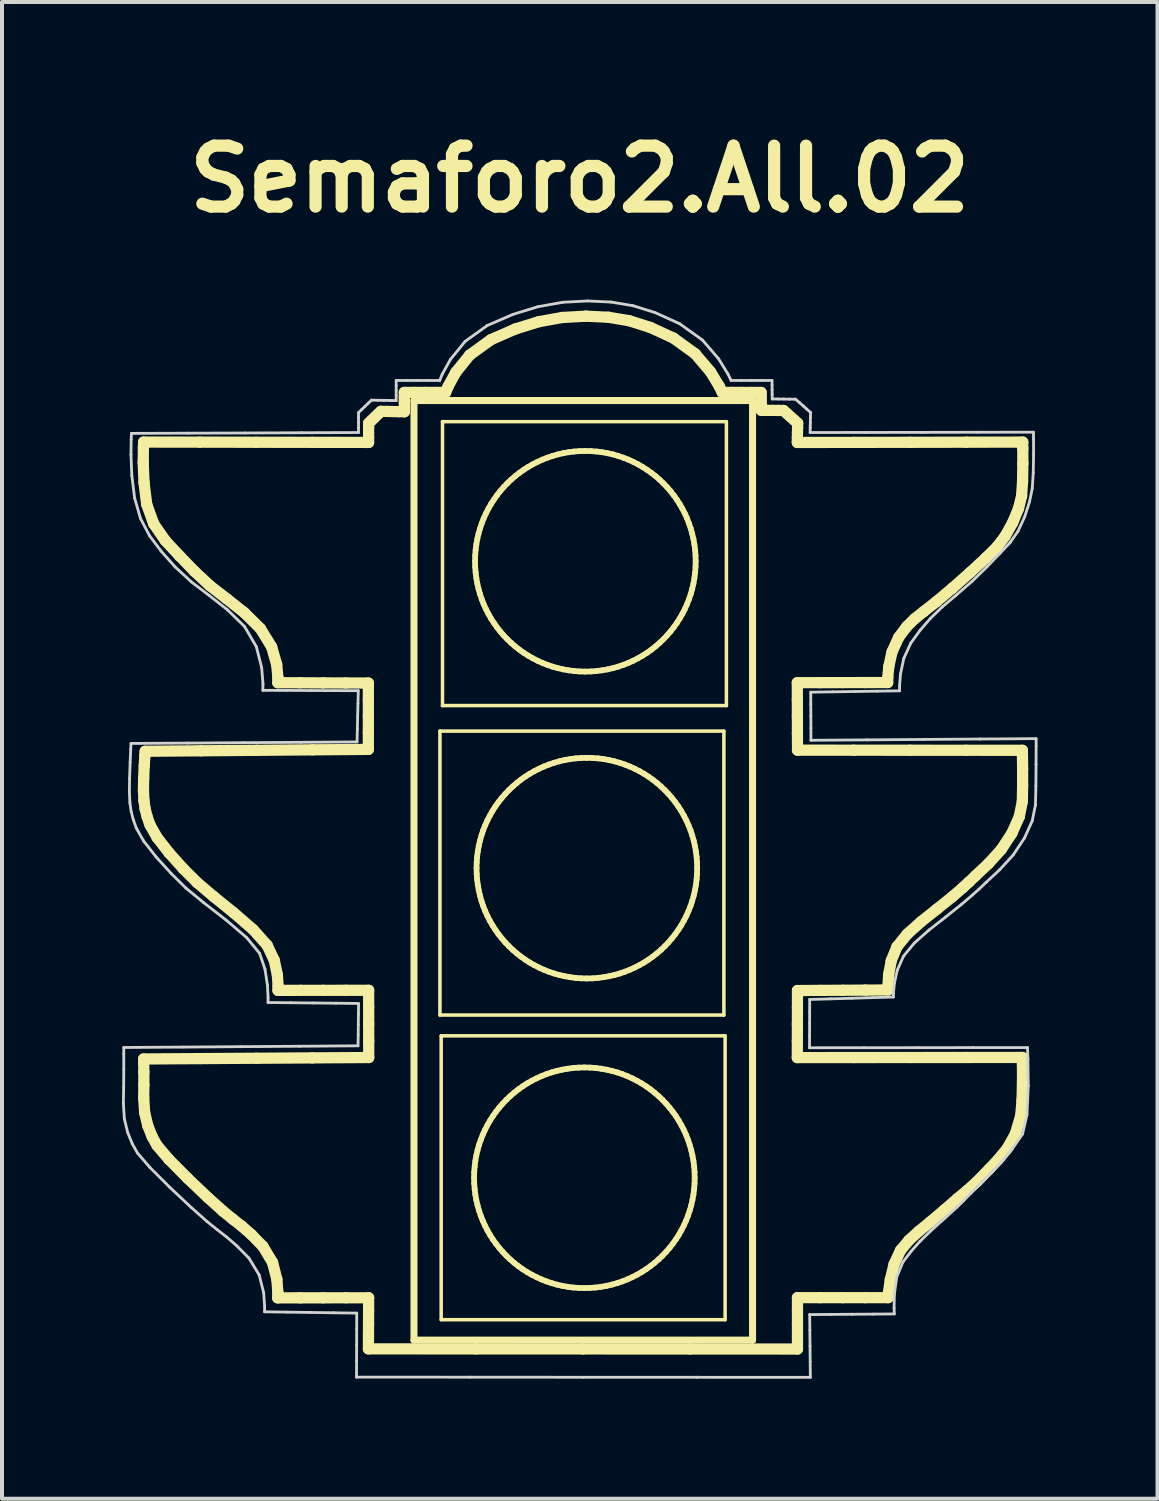
<source format=kicad_pcb>
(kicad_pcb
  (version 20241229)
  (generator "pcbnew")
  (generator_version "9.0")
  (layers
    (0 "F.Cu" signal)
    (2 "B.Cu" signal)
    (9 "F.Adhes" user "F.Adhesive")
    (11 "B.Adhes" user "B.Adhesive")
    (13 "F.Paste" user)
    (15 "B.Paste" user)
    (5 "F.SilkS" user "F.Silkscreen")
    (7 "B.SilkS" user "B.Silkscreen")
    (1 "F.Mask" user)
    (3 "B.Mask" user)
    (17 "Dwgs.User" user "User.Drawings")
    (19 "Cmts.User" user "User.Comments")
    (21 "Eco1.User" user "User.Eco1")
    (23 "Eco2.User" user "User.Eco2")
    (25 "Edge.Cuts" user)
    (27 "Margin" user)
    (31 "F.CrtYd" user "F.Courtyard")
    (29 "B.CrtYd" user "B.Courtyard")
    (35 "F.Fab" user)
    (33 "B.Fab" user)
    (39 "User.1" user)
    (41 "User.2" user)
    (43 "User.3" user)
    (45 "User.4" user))
  (footprint "Semaforo2.All.02"
    (layer "F.Cu")
    (at 11.445 17.933)
    (property "Reference" "Semaforo2.All.02" (at 0 -16.506 0) (layer "F.SilkS") (effects (font (size 1.524 1.524) (thickness 0.305))))
    (attr smd)
    (fp_line (start -10.914 -9.419) (end -10.894 -8.918) (stroke (width 0.281) (type solid)) (layer "F.SilkS"))
    (fp_line (start -10.909 -9.786) (end -10.914 -9.419) (stroke (width 0.281) (type solid)) (layer "F.SilkS"))
    (fp_line (start -10.908 -1.223) (end -10.896 -0.964) (stroke (width 0.281) (type solid)) (layer "F.SilkS"))
    (fp_line (start -10.903 5.497) (end -10.901 5.591) (stroke (width 0.281) (type solid)) (layer "F.SilkS"))
    (fp_line (start -10.903 -9.929) (end -10.909 -9.786) (stroke (width 0.281) (type solid)) (layer "F.SilkS"))
    (fp_line (start -10.903 -1.516) (end -10.908 -1.223) (stroke (width 0.281) (type solid)) (layer "F.SilkS"))
    (fp_line (start -10.902 6.467) (end -10.878 6.837) (stroke (width 0.281) (type solid)) (layer "F.SilkS"))
    (fp_line (start -10.901 5.591) (end -10.898 5.829) (stroke (width 0.281) (type solid)) (layer "F.SilkS"))
    (fp_line (start -10.898 5.829) (end -10.897 6.144) (stroke (width 0.281) (type solid)) (layer "F.SilkS"))
    (fp_line (start -10.897 6.144) (end -10.902 6.467) (stroke (width 0.281) (type solid)) (layer "F.SilkS"))
    (fp_line (start -10.896 -0.964) (end -10.865 -0.751) (stroke (width 0.281) (type solid)) (layer "F.SilkS"))
    (fp_line (start -10.894 -8.918) (end -10.827 -8.375) (stroke (width 0.281) (type solid)) (layer "F.SilkS"))
    (fp_line (start -10.888 -1.836) (end -10.903 -1.516) (stroke (width 0.281) (type solid)) (layer "F.SilkS"))
    (fp_line (start -10.878 6.837) (end -10.8 7.164) (stroke (width 0.281) (type solid)) (layer "F.SilkS"))
    (fp_line (start -10.872 -2.092) (end -10.888 -1.836) (stroke (width 0.281) (type solid)) (layer "F.SilkS"))
    (fp_line (start -10.865 -0.751) (end -10.815 -0.558) (stroke (width 0.281) (type solid)) (layer "F.SilkS"))
    (fp_line (start -10.865 -2.197) (end -10.872 -2.092) (stroke (width 0.281) (type solid)) (layer "F.SilkS"))
    (fp_line (start -10.827 -8.375) (end -10.652 -7.885) (stroke (width 0.281) (type solid)) (layer "F.SilkS"))
    (fp_line (start -10.815 -0.558) (end -10.744 -0.354) (stroke (width 0.281) (type solid)) (layer "F.SilkS"))
    (fp_line (start -10.8 7.164) (end -10.69 7.441) (stroke (width 0.281) (type solid)) (layer "F.SilkS"))
    (fp_line (start -10.744 -0.354) (end -10.566 -0.04) (stroke (width 0.281) (type solid)) (layer "F.SilkS"))
    (fp_line (start -10.69 7.441) (end -10.567 7.66) (stroke (width 0.281) (type solid)) (layer "F.SilkS"))
    (fp_line (start -10.652 -7.885) (end -10.36 -7.464) (stroke (width 0.281) (type solid)) (layer "F.SilkS"))
    (fp_line (start -10.567 7.66) (end -10.276 8.003) (stroke (width 0.281) (type solid)) (layer "F.SilkS"))
    (fp_line (start -10.566 -0.04) (end -10.268 0.343) (stroke (width 0.281) (type solid)) (layer "F.SilkS"))
    (fp_line (start -10.36 -7.464) (end -10.002 -7.079) (stroke (width 0.281) (type solid)) (layer "F.SilkS"))
    (fp_line (start -10.276 8.003) (end -9.8 8.484) (stroke (width 0.281) (type solid)) (layer "F.SilkS"))
    (fp_line (start -10.268 0.343) (end -9.914 0.737) (stroke (width 0.281) (type solid)) (layer "F.SilkS"))
    (fp_line (start -10.002 -7.079) (end -9.633 -6.698) (stroke (width 0.281) (type solid)) (layer "F.SilkS"))
    (fp_line (start -9.914 0.737) (end -9.567 1.084) (stroke (width 0.281) (type solid)) (layer "F.SilkS"))
    (fp_line (start -9.8 8.484) (end -9.295 8.964) (stroke (width 0.281) (type solid)) (layer "F.SilkS"))
    (fp_line (start -9.633 -6.698) (end -9.246 -6.337) (stroke (width 0.281) (type solid)) (layer "F.SilkS"))
    (fp_line (start -9.567 1.084) (end -9.157 1.432) (stroke (width 0.281) (type solid)) (layer "F.SilkS"))
    (fp_line (start -9.497 -9.927) (end -10.903 -9.929) (stroke (width 0.281) (type solid)) (layer "F.SilkS"))
    (fp_line (start -9.496 5.488) (end -10.903 5.497) (stroke (width 0.281) (type solid)) (layer "F.SilkS"))
    (fp_line (start -9.47 -2.209) (end -10.865 -2.197) (stroke (width 0.281) (type solid)) (layer "F.SilkS"))
    (fp_line (start -9.295 8.964) (end -8.917 9.304) (stroke (width 0.281) (type solid)) (layer "F.SilkS"))
    (fp_line (start -9.246 -6.337) (end -8.82 -6.007) (stroke (width 0.281) (type solid)) (layer "F.SilkS"))
    (fp_line (start -9.157 1.432) (end -8.651 1.841) (stroke (width 0.281) (type solid)) (layer "F.SilkS"))
    (fp_line (start -8.917 9.304) (end -8.675 9.501) (stroke (width 0.281) (type solid)) (layer "F.SilkS"))
    (fp_line (start -8.82 -6.007) (end -8.388 -5.665) (stroke (width 0.281) (type solid)) (layer "F.SilkS"))
    (fp_line (start -8.675 9.501) (end -8.451 9.676) (stroke (width 0.281) (type solid)) (layer "F.SilkS"))
    (fp_line (start -8.651 1.841) (end -8.164 2.263) (stroke (width 0.281) (type solid)) (layer "F.SilkS"))
    (fp_line (start -8.451 9.676) (end -8.211 9.886) (stroke (width 0.281) (type solid)) (layer "F.SilkS"))
    (fp_line (start -8.388 -5.665) (end -7.985 -5.267) (stroke (width 0.281) (type solid)) (layer "F.SilkS"))
    (fp_line (start -8.211 9.886) (end -7.921 10.183) (stroke (width 0.281) (type solid)) (layer "F.SilkS"))
    (fp_line (start -8.164 2.263) (end -7.815 2.653) (stroke (width 0.281) (type solid)) (layer "F.SilkS"))
    (fp_line (start -8.09 -9.924) (end -9.497 -9.927) (stroke (width 0.281) (type solid)) (layer "F.SilkS"))
    (fp_line (start -8.089 5.479) (end -9.496 5.488) (stroke (width 0.281) (type solid)) (layer "F.SilkS"))
    (fp_line (start -8.075 -2.221) (end -9.47 -2.209) (stroke (width 0.281) (type solid)) (layer "F.SilkS"))
    (fp_line (start -7.985 -5.267) (end -7.703 -4.808) (stroke (width 0.281) (type solid)) (layer "F.SilkS"))
    (fp_line (start -7.921 10.183) (end -7.679 10.586) (stroke (width 0.281) (type solid)) (layer "F.SilkS"))
    (fp_line (start -7.815 2.653) (end -7.637 3.031) (stroke (width 0.281) (type solid)) (layer "F.SilkS"))
    (fp_line (start -7.703 -4.808) (end -7.577 -4.369) (stroke (width 0.281) (type solid)) (layer "F.SilkS"))
    (fp_line (start -7.679 10.586) (end -7.572 11.007) (stroke (width 0.281) (type solid)) (layer "F.SilkS"))
    (fp_line (start -7.637 3.031) (end -7.559 3.397) (stroke (width 0.281) (type solid)) (layer "F.SilkS"))
    (fp_line (start -7.577 -4.369) (end -7.546 -4.041) (stroke (width 0.281) (type solid)) (layer "F.SilkS"))
    (fp_line (start -7.572 11.007) (end -7.547 11.337) (stroke (width 0.281) (type solid)) (layer "F.SilkS"))
    (fp_line (start -7.559 3.397) (end -7.541 3.673) (stroke (width 0.281) (type solid)) (layer "F.SilkS"))
    (fp_line (start -7.551 11.471) (end -6.982 11.47) (stroke (width 0.281) (type solid)) (layer "F.SilkS"))
    (fp_line (start -7.549 -3.912) (end -6.983 -3.91) (stroke (width 0.281) (type solid)) (layer "F.SilkS"))
    (fp_line (start -7.547 11.337) (end -7.551 11.471) (stroke (width 0.281) (type solid)) (layer "F.SilkS"))
    (fp_line (start -7.546 -4.041) (end -7.549 -3.912) (stroke (width 0.281) (type solid)) (layer "F.SilkS"))
    (fp_line (start -7.544 3.782) (end -6.977 3.781) (stroke (width 0.281) (type solid)) (layer "F.SilkS"))
    (fp_line (start -7.541 3.673) (end -7.544 3.782) (stroke (width 0.281) (type solid)) (layer "F.SilkS"))
    (fp_line (start -6.983 -3.91) (end -6.416 -3.907) (stroke (width 0.281) (type solid)) (layer "F.SilkS"))
    (fp_line (start -6.982 11.47) (end -6.414 11.47) (stroke (width 0.281) (type solid)) (layer "F.SilkS"))
    (fp_line (start -6.977 3.781) (end -6.411 3.781) (stroke (width 0.281) (type solid)) (layer "F.SilkS"))
    (fp_line (start -6.684 -9.922) (end -8.09 -9.924) (stroke (width 0.281) (type solid)) (layer "F.SilkS"))
    (fp_line (start -6.682 5.47) (end -8.089 5.479) (stroke (width 0.281) (type solid)) (layer "F.SilkS"))
    (fp_line (start -6.679 -2.233) (end -8.075 -2.221) (stroke (width 0.281) (type solid)) (layer "F.SilkS"))
    (fp_line (start -6.416 -3.907) (end -5.85 -3.905) (stroke (width 0.281) (type solid)) (layer "F.SilkS"))
    (fp_line (start -6.414 11.47) (end -5.846 11.469) (stroke (width 0.281) (type solid)) (layer "F.SilkS"))
    (fp_line (start -6.411 3.781) (end -5.844 3.78) (stroke (width 0.281) (type solid)) (layer "F.SilkS"))
    (fp_line (start -5.85 -3.905) (end -5.284 -3.903) (stroke (width 0.281) (type solid)) (layer "F.SilkS"))
    (fp_line (start -5.846 11.469) (end -5.277 11.469) (stroke (width 0.281) (type solid)) (layer "F.SilkS"))
    (fp_line (start -5.844 3.78) (end -5.277 3.78) (stroke (width 0.281) (type solid)) (layer "F.SilkS"))
    (fp_line (start -5.284 -3.903) (end -5.284 -3.488) (stroke (width 0.281) (type solid)) (layer "F.SilkS"))
    (fp_line (start -5.284 -3.488) (end -5.284 -3.074) (stroke (width 0.281) (type solid)) (layer "F.SilkS"))
    (fp_line (start -5.284 -3.074) (end -5.284 -2.659) (stroke (width 0.281) (type solid)) (layer "F.SilkS"))
    (fp_line (start -5.284 -2.659) (end -5.284 -2.244) (stroke (width 0.281) (type solid)) (layer "F.SilkS"))
    (fp_line (start -5.284 -2.244) (end -6.679 -2.233) (stroke (width 0.281) (type solid)) (layer "F.SilkS"))
    (fp_line (start -5.282 12.746) (end -2.6 12.747) (stroke (width 0.281) (type solid)) (layer "F.SilkS"))
    (fp_line (start -5.281 12.426) (end -5.282 12.746) (stroke (width 0.281) (type solid)) (layer "F.SilkS"))
    (fp_line (start -5.279 12.107) (end -5.281 12.426) (stroke (width 0.281) (type solid)) (layer "F.SilkS"))
    (fp_line (start -5.278 11.788) (end -5.279 12.107) (stroke (width 0.281) (type solid)) (layer "F.SilkS"))
    (fp_line (start -5.278 -10.399) (end -5.278 -10.28) (stroke (width 0.281) (type solid)) (layer "F.SilkS"))
    (fp_line (start -5.278 -10.28) (end -5.278 -10.16) (stroke (width 0.281) (type solid)) (layer "F.SilkS"))
    (fp_line (start -5.278 -10.16) (end -5.278 -10.04) (stroke (width 0.281) (type solid)) (layer "F.SilkS"))
    (fp_line (start -5.278 -10.04) (end -5.278 -9.92) (stroke (width 0.281) (type solid)) (layer "F.SilkS"))
    (fp_line (start -5.278 -9.92) (end -6.684 -9.922) (stroke (width 0.281) (type solid)) (layer "F.SilkS"))
    (fp_line (start -5.277 11.469) (end -5.278 11.788) (stroke (width 0.281) (type solid)) (layer "F.SilkS"))
    (fp_line (start -5.277 3.78) (end -5.276 4.2) (stroke (width 0.281) (type solid)) (layer "F.SilkS"))
    (fp_line (start -5.276 4.2) (end -5.276 4.62) (stroke (width 0.281) (type solid)) (layer "F.SilkS"))
    (fp_line (start -5.276 4.62) (end -5.275 5.041) (stroke (width 0.281) (type solid)) (layer "F.SilkS"))
    (fp_line (start -5.275 5.041) (end -5.275 5.461) (stroke (width 0.281) (type solid)) (layer "F.SilkS"))
    (fp_line (start -5.275 5.461) (end -6.682 5.47) (stroke (width 0.281) (type solid)) (layer "F.SilkS"))
    (fp_line (start -5.201 -10.474) (end -5.278 -10.399) (stroke (width 0.281) (type solid)) (layer "F.SilkS"))
    (fp_line (start -5.125 -10.548) (end -5.201 -10.474) (stroke (width 0.281) (type solid)) (layer "F.SilkS"))
    (fp_line (start -5.048 -10.623) (end -5.125 -10.548) (stroke (width 0.281) (type solid)) (layer "F.SilkS"))
    (fp_line (start -4.971 -10.697) (end -5.048 -10.623) (stroke (width 0.281) (type solid)) (layer "F.SilkS"))
    (fp_line (start -4.825 -10.695) (end -4.971 -10.697) (stroke (width 0.281) (type solid)) (layer "F.SilkS"))
    (fp_line (start -4.678 -10.692) (end -4.825 -10.695) (stroke (width 0.281) (type solid)) (layer "F.SilkS"))
    (fp_line (start -4.531 -10.689) (end -4.678 -10.692) (stroke (width 0.281) (type solid)) (layer "F.SilkS"))
    (fp_line (start -4.384 -11.17) (end -4.384 -11.049) (stroke (width 0.281) (type solid)) (layer "F.SilkS"))
    (fp_line (start -4.384 -11.049) (end -4.384 -10.928) (stroke (width 0.281) (type solid)) (layer "F.SilkS"))
    (fp_line (start -4.384 -10.928) (end -4.384 -10.808) (stroke (width 0.281) (type solid)) (layer "F.SilkS"))
    (fp_line (start -4.384 -10.808) (end -4.384 -10.687) (stroke (width 0.281) (type solid)) (layer "F.SilkS"))
    (fp_line (start -4.384 -10.687) (end -4.531 -10.689) (stroke (width 0.281) (type solid)) (layer "F.SilkS"))
    (fp_line (start -4.143 -10.967) (end 4.323 -10.967) (stroke (width 0.176) (type solid)) (layer "F.SilkS"))
    (fp_line (start -4.143 12.528) (end -4.143 -10.967) (stroke (width 0.176) (type solid)) (layer "F.SilkS"))
    (fp_line (start -4.126 -11.17) (end -4.384 -11.17) (stroke (width 0.281) (type solid)) (layer "F.SilkS"))
    (fp_line (start -3.868 -11.17) (end -4.126 -11.17) (stroke (width 0.281) (type solid)) (layer "F.SilkS"))
    (fp_line (start -3.609 -11.17) (end -3.868 -11.17) (stroke (width 0.281) (type solid)) (layer "F.SilkS"))
    (fp_line (start -3.494 -2.701) (end 3.606 -2.701) (stroke (width 0.088) (type solid)) (layer "F.SilkS"))
    (fp_line (start -3.494 4.399) (end -3.494 -2.701) (stroke (width 0.088) (type solid)) (layer "F.SilkS"))
    (fp_line (start -3.463 4.918) (end 3.637 4.918) (stroke (width 0.088) (type solid)) (layer "F.SilkS"))
    (fp_line (start -3.463 12.017) (end -3.463 4.918) (stroke (width 0.088) (type solid)) (layer "F.SilkS"))
    (fp_line (start -3.43 -10.439) (end 3.669 -10.439) (stroke (width 0.088) (type solid)) (layer "F.SilkS"))
    (fp_line (start -3.43 -3.34) (end -3.43 -10.439) (stroke (width 0.088) (type solid)) (layer "F.SilkS"))
    (fp_line (start -3.351 -11.17) (end -3.609 -11.17) (stroke (width 0.281) (type solid)) (layer "F.SilkS"))
    (fp_line (start -3.291 -11.318) (end -3.351 -11.17) (stroke (width 0.281) (type solid)) (layer "F.SilkS"))
    (fp_line (start -3.097 -11.674) (end -3.291 -11.318) (stroke (width 0.281) (type solid)) (layer "F.SilkS"))
    (fp_line (start -2.747 -12.107) (end -3.097 -11.674) (stroke (width 0.281) (type solid)) (layer "F.SilkS"))
    (fp_line (start -2.641 8.467) (end -2.637 8.326) (stroke (width 0.144) (type solid)) (layer "F.SilkS"))
    (fp_line (start -2.637 8.326) (end -2.626 8.185) (stroke (width 0.144) (type solid)) (layer "F.SilkS"))
    (fp_line (start -2.637 8.609) (end -2.641 8.467) (stroke (width 0.144) (type solid)) (layer "F.SilkS"))
    (fp_line (start -2.626 8.185) (end -2.609 8.047) (stroke (width 0.144) (type solid)) (layer "F.SilkS"))
    (fp_line (start -2.626 8.75) (end -2.637 8.609) (stroke (width 0.144) (type solid)) (layer "F.SilkS"))
    (fp_line (start -2.616 -6.948) (end -2.613 -7.09) (stroke (width 0.144) (type solid)) (layer "F.SilkS"))
    (fp_line (start -2.613 -7.09) (end -2.602 -7.23) (stroke (width 0.144) (type solid)) (layer "F.SilkS"))
    (fp_line (start -2.613 -6.806) (end -2.616 -6.948) (stroke (width 0.144) (type solid)) (layer "F.SilkS"))
    (fp_line (start -2.609 8.047) (end -2.585 7.912) (stroke (width 0.144) (type solid)) (layer "F.SilkS"))
    (fp_line (start -2.609 8.888) (end -2.626 8.75) (stroke (width 0.144) (type solid)) (layer "F.SilkS"))
    (fp_line (start -2.602 -7.23) (end -2.584 -7.368) (stroke (width 0.144) (type solid)) (layer "F.SilkS"))
    (fp_line (start -2.602 -6.666) (end -2.613 -6.806) (stroke (width 0.144) (type solid)) (layer "F.SilkS"))
    (fp_line (start -2.6 12.747) (end 0.082 12.748) (stroke (width 0.281) (type solid)) (layer "F.SilkS"))
    (fp_line (start -2.585 7.912) (end -2.554 7.778) (stroke (width 0.144) (type solid)) (layer "F.SilkS"))
    (fp_line (start -2.585 9.023) (end -2.609 8.888) (stroke (width 0.144) (type solid)) (layer "F.SilkS"))
    (fp_line (start -2.584 -7.368) (end -2.56 -7.504) (stroke (width 0.144) (type solid)) (layer "F.SilkS"))
    (fp_line (start -2.584 -6.528) (end -2.602 -6.666) (stroke (width 0.144) (type solid)) (layer "F.SilkS"))
    (fp_line (start -2.579 0.726) (end -2.575 0.584) (stroke (width 0.144) (type solid)) (layer "F.SilkS"))
    (fp_line (start -2.575 0.584) (end -2.565 0.444) (stroke (width 0.144) (type solid)) (layer "F.SilkS"))
    (fp_line (start -2.575 0.868) (end -2.579 0.726) (stroke (width 0.144) (type solid)) (layer "F.SilkS"))
    (fp_line (start -2.565 0.444) (end -2.547 0.306) (stroke (width 0.144) (type solid)) (layer "F.SilkS"))
    (fp_line (start -2.565 1.008) (end -2.575 0.868) (stroke (width 0.144) (type solid)) (layer "F.SilkS"))
    (fp_line (start -2.56 -7.504) (end -2.529 -7.637) (stroke (width 0.144) (type solid)) (layer "F.SilkS"))
    (fp_line (start -2.56 -6.392) (end -2.584 -6.528) (stroke (width 0.144) (type solid)) (layer "F.SilkS"))
    (fp_line (start -2.554 7.778) (end -2.517 7.647) (stroke (width 0.144) (type solid)) (layer "F.SilkS"))
    (fp_line (start -2.554 9.157) (end -2.585 9.023) (stroke (width 0.144) (type solid)) (layer "F.SilkS"))
    (fp_line (start -2.547 0.306) (end -2.523 0.17) (stroke (width 0.144) (type solid)) (layer "F.SilkS"))
    (fp_line (start -2.547 1.146) (end -2.565 1.008) (stroke (width 0.144) (type solid)) (layer "F.SilkS"))
    (fp_line (start -2.529 -7.637) (end -2.492 -7.768) (stroke (width 0.144) (type solid)) (layer "F.SilkS"))
    (fp_line (start -2.529 -6.258) (end -2.56 -6.392) (stroke (width 0.144) (type solid)) (layer "F.SilkS"))
    (fp_line (start -2.523 0.17) (end -2.492 0.036) (stroke (width 0.144) (type solid)) (layer "F.SilkS"))
    (fp_line (start -2.523 1.282) (end -2.547 1.146) (stroke (width 0.144) (type solid)) (layer "F.SilkS"))
    (fp_line (start -2.517 7.647) (end -2.473 7.519) (stroke (width 0.144) (type solid)) (layer "F.SilkS"))
    (fp_line (start -2.517 9.288) (end -2.554 9.157) (stroke (width 0.144) (type solid)) (layer "F.SilkS"))
    (fp_line (start -2.492 -7.768) (end -2.449 -7.896) (stroke (width 0.144) (type solid)) (layer "F.SilkS"))
    (fp_line (start -2.492 -6.128) (end -2.529 -6.258) (stroke (width 0.144) (type solid)) (layer "F.SilkS"))
    (fp_line (start -2.492 0.036) (end -2.455 -0.095) (stroke (width 0.144) (type solid)) (layer "F.SilkS"))
    (fp_line (start -2.492 1.415) (end -2.523 1.282) (stroke (width 0.144) (type solid)) (layer "F.SilkS"))
    (fp_line (start -2.473 7.519) (end -2.424 7.394) (stroke (width 0.144) (type solid)) (layer "F.SilkS"))
    (fp_line (start -2.473 9.416) (end -2.517 9.288) (stroke (width 0.144) (type solid)) (layer "F.SilkS"))
    (fp_line (start -2.455 -0.095) (end -2.412 -0.223) (stroke (width 0.144) (type solid)) (layer "F.SilkS"))
    (fp_line (start -2.455 1.546) (end -2.492 1.415) (stroke (width 0.144) (type solid)) (layer "F.SilkS"))
    (fp_line (start -2.449 -7.896) (end -2.4 -8.022) (stroke (width 0.144) (type solid)) (layer "F.SilkS"))
    (fp_line (start -2.449 -5.999) (end -2.492 -6.128) (stroke (width 0.144) (type solid)) (layer "F.SilkS"))
    (fp_line (start -2.424 7.394) (end -2.369 7.272) (stroke (width 0.144) (type solid)) (layer "F.SilkS"))
    (fp_line (start -2.424 9.541) (end -2.473 9.416) (stroke (width 0.144) (type solid)) (layer "F.SilkS"))
    (fp_line (start -2.412 -0.223) (end -2.362 -0.348) (stroke (width 0.144) (type solid)) (layer "F.SilkS"))
    (fp_line (start -2.412 1.674) (end -2.455 1.546) (stroke (width 0.144) (type solid)) (layer "F.SilkS"))
    (fp_line (start -2.4 -8.022) (end -2.344 -8.144) (stroke (width 0.144) (type solid)) (layer "F.SilkS"))
    (fp_line (start -2.4 -5.874) (end -2.449 -5.999) (stroke (width 0.144) (type solid)) (layer "F.SilkS"))
    (fp_line (start -2.369 7.272) (end -2.308 7.153) (stroke (width 0.144) (type solid)) (layer "F.SilkS"))
    (fp_line (start -2.369 9.663) (end -2.424 9.541) (stroke (width 0.144) (type solid)) (layer "F.SilkS"))
    (fp_line (start -2.362 -0.348) (end -2.307 -0.47) (stroke (width 0.144) (type solid)) (layer "F.SilkS"))
    (fp_line (start -2.362 1.799) (end -2.412 1.674) (stroke (width 0.144) (type solid)) (layer "F.SilkS"))
    (fp_line (start -2.344 -8.144) (end -2.283 -8.263) (stroke (width 0.144) (type solid)) (layer "F.SilkS"))
    (fp_line (start -2.344 -5.752) (end -2.4 -5.874) (stroke (width 0.144) (type solid)) (layer "F.SilkS"))
    (fp_line (start -2.308 7.153) (end -2.241 7.037) (stroke (width 0.144) (type solid)) (layer "F.SilkS"))
    (fp_line (start -2.308 9.782) (end -2.369 9.663) (stroke (width 0.144) (type solid)) (layer "F.SilkS"))
    (fp_line (start -2.307 -0.47) (end -2.246 -0.589) (stroke (width 0.144) (type solid)) (layer "F.SilkS"))
    (fp_line (start -2.307 1.922) (end -2.362 1.799) (stroke (width 0.144) (type solid)) (layer "F.SilkS"))
    (fp_line (start -2.283 -8.263) (end -2.217 -8.378) (stroke (width 0.144) (type solid)) (layer "F.SilkS"))
    (fp_line (start -2.283 -5.633) (end -2.344 -5.752) (stroke (width 0.144) (type solid)) (layer "F.SilkS"))
    (fp_line (start -2.246 -0.589) (end -2.18 -0.705) (stroke (width 0.144) (type solid)) (layer "F.SilkS"))
    (fp_line (start -2.246 2.041) (end -2.307 1.922) (stroke (width 0.144) (type solid)) (layer "F.SilkS"))
    (fp_line (start -2.241 7.037) (end -2.17 6.925) (stroke (width 0.144) (type solid)) (layer "F.SilkS"))
    (fp_line (start -2.241 9.898) (end -2.308 9.782) (stroke (width 0.144) (type solid)) (layer "F.SilkS"))
    (fp_line (start -2.221 -12.488) (end -2.747 -12.107) (stroke (width 0.281) (type solid)) (layer "F.SilkS"))
    (fp_line (start -2.217 -8.378) (end -2.145 -8.49) (stroke (width 0.144) (type solid)) (layer "F.SilkS"))
    (fp_line (start -2.217 -5.517) (end -2.283 -5.633) (stroke (width 0.144) (type solid)) (layer "F.SilkS"))
    (fp_line (start -2.18 -0.705) (end -2.108 -0.817) (stroke (width 0.144) (type solid)) (layer "F.SilkS"))
    (fp_line (start -2.18 2.156) (end -2.246 2.041) (stroke (width 0.144) (type solid)) (layer "F.SilkS"))
    (fp_line (start -2.17 6.925) (end -2.093 6.817) (stroke (width 0.144) (type solid)) (layer "F.SilkS"))
    (fp_line (start -2.17 10.01) (end -2.241 9.898) (stroke (width 0.144) (type solid)) (layer "F.SilkS"))
    (fp_line (start -2.145 -8.49) (end -2.068 -8.598) (stroke (width 0.144) (type solid)) (layer "F.SilkS"))
    (fp_line (start -2.145 -5.406) (end -2.217 -5.517) (stroke (width 0.144) (type solid)) (layer "F.SilkS"))
    (fp_line (start -2.108 -0.817) (end -2.031 -0.925) (stroke (width 0.144) (type solid)) (layer "F.SilkS"))
    (fp_line (start -2.108 2.268) (end -2.18 2.156) (stroke (width 0.144) (type solid)) (layer "F.SilkS"))
    (fp_line (start -2.093 6.817) (end -2.011 6.713) (stroke (width 0.144) (type solid)) (layer "F.SilkS"))
    (fp_line (start -2.093 10.118) (end -2.17 10.01) (stroke (width 0.144) (type solid)) (layer "F.SilkS"))
    (fp_line (start -2.068 -8.598) (end -1.986 -8.703) (stroke (width 0.144) (type solid)) (layer "F.SilkS"))
    (fp_line (start -2.068 -5.297) (end -2.145 -5.406) (stroke (width 0.144) (type solid)) (layer "F.SilkS"))
    (fp_line (start -2.031 -0.925) (end -1.949 -1.029) (stroke (width 0.144) (type solid)) (layer "F.SilkS"))
    (fp_line (start -2.031 2.376) (end -2.108 2.268) (stroke (width 0.144) (type solid)) (layer "F.SilkS"))
    (fp_line (start -2.011 6.713) (end -1.924 6.613) (stroke (width 0.144) (type solid)) (layer "F.SilkS"))
    (fp_line (start -2.011 10.222) (end -2.093 10.118) (stroke (width 0.144) (type solid)) (layer "F.SilkS"))
    (fp_line (start -1.986 -8.703) (end -1.9 -8.803) (stroke (width 0.144) (type solid)) (layer "F.SilkS"))
    (fp_line (start -1.986 -5.193) (end -2.068 -5.297) (stroke (width 0.144) (type solid)) (layer "F.SilkS"))
    (fp_line (start -1.949 -1.029) (end -1.862 -1.129) (stroke (width 0.144) (type solid)) (layer "F.SilkS"))
    (fp_line (start -1.949 2.48) (end -2.031 2.376) (stroke (width 0.144) (type solid)) (layer "F.SilkS"))
    (fp_line (start -1.924 6.613) (end -1.833 6.517) (stroke (width 0.144) (type solid)) (layer "F.SilkS"))
    (fp_line (start -1.924 10.322) (end -2.011 10.222) (stroke (width 0.144) (type solid)) (layer "F.SilkS"))
    (fp_line (start -1.9 -8.803) (end -1.808 -8.898) (stroke (width 0.144) (type solid)) (layer "F.SilkS"))
    (fp_line (start -1.9 -5.093) (end -1.986 -5.193) (stroke (width 0.144) (type solid)) (layer "F.SilkS"))
    (fp_line (start -1.862 -1.129) (end -1.771 -1.225) (stroke (width 0.144) (type solid)) (layer "F.SilkS"))
    (fp_line (start -1.862 2.581) (end -1.949 2.48) (stroke (width 0.144) (type solid)) (layer "F.SilkS"))
    (fp_line (start -1.833 6.517) (end -1.737 6.426) (stroke (width 0.144) (type solid)) (layer "F.SilkS"))
    (fp_line (start -1.833 10.418) (end -1.924 10.322) (stroke (width 0.144) (type solid)) (layer "F.SilkS"))
    (fp_line (start -1.808 -8.898) (end -1.713 -8.99) (stroke (width 0.144) (type solid)) (layer "F.SilkS"))
    (fp_line (start -1.808 -4.997) (end -1.9 -5.093) (stroke (width 0.144) (type solid)) (layer "F.SilkS"))
    (fp_line (start -1.771 -1.225) (end -1.675 -1.316) (stroke (width 0.144) (type solid)) (layer "F.SilkS"))
    (fp_line (start -1.771 2.676) (end -1.862 2.581) (stroke (width 0.144) (type solid)) (layer "F.SilkS"))
    (fp_line (start -1.737 6.426) (end -1.637 6.339) (stroke (width 0.144) (type solid)) (layer "F.SilkS"))
    (fp_line (start -1.737 10.509) (end -1.833 10.418) (stroke (width 0.144) (type solid)) (layer "F.SilkS"))
    (fp_line (start -1.713 -8.99) (end -1.612 -9.077) (stroke (width 0.144) (type solid)) (layer "F.SilkS"))
    (fp_line (start -1.713 -4.906) (end -1.808 -4.997) (stroke (width 0.144) (type solid)) (layer "F.SilkS"))
    (fp_line (start -1.675 -1.316) (end -1.575 -1.403) (stroke (width 0.144) (type solid)) (layer "F.SilkS"))
    (fp_line (start -1.675 2.768) (end -1.771 2.676) (stroke (width 0.144) (type solid)) (layer "F.SilkS"))
    (fp_line (start -1.637 6.339) (end -1.533 6.257) (stroke (width 0.144) (type solid)) (layer "F.SilkS"))
    (fp_line (start -1.637 10.596) (end -1.737 10.509) (stroke (width 0.144) (type solid)) (layer "F.SilkS"))
    (fp_line (start -1.613 -12.755) (end -2.221 -12.488) (stroke (width 0.281) (type solid)) (layer "F.SilkS"))
    (fp_line (start -1.612 -9.077) (end -1.508 -9.158) (stroke (width 0.144) (type solid)) (layer "F.SilkS"))
    (fp_line (start -1.612 -4.819) (end -1.713 -4.906) (stroke (width 0.144) (type solid)) (layer "F.SilkS"))
    (fp_line (start -1.575 -1.403) (end -1.471 -1.485) (stroke (width 0.144) (type solid)) (layer "F.SilkS"))
    (fp_line (start -1.575 2.854) (end -1.675 2.768) (stroke (width 0.144) (type solid)) (layer "F.SilkS"))
    (fp_line (start -1.533 6.257) (end -1.424 6.18) (stroke (width 0.144) (type solid)) (layer "F.SilkS"))
    (fp_line (start -1.533 10.678) (end -1.637 10.596) (stroke (width 0.144) (type solid)) (layer "F.SilkS"))
    (fp_line (start -1.508 -9.158) (end -1.4 -9.235) (stroke (width 0.144) (type solid)) (layer "F.SilkS"))
    (fp_line (start -1.508 -4.737) (end -1.612 -4.819) (stroke (width 0.144) (type solid)) (layer "F.SilkS"))
    (fp_line (start -1.471 -1.485) (end -1.363 -1.562) (stroke (width 0.144) (type solid)) (layer "F.SilkS"))
    (fp_line (start -1.471 2.936) (end -1.575 2.854) (stroke (width 0.144) (type solid)) (layer "F.SilkS"))
    (fp_line (start -1.424 10.755) (end -1.533 10.678) (stroke (width 0.144) (type solid)) (layer "F.SilkS"))
    (fp_line (start -1.424 6.18) (end -1.313 6.108) (stroke (width 0.144) (type solid)) (layer "F.SilkS"))
    (fp_line (start -1.4 -9.235) (end -1.288 -9.307) (stroke (width 0.144) (type solid)) (layer "F.SilkS"))
    (fp_line (start -1.4 -4.66) (end -1.508 -4.737) (stroke (width 0.144) (type solid)) (layer "F.SilkS"))
    (fp_line (start -1.363 3.013) (end -1.471 2.936) (stroke (width 0.144) (type solid)) (layer "F.SilkS"))
    (fp_line (start -1.363 -1.562) (end -1.251 -1.633) (stroke (width 0.144) (type solid)) (layer "F.SilkS"))
    (fp_line (start -1.313 6.108) (end -1.197 6.042) (stroke (width 0.144) (type solid)) (layer "F.SilkS"))
    (fp_line (start -1.313 10.827) (end -1.424 10.755) (stroke (width 0.144) (type solid)) (layer "F.SilkS"))
    (fp_line (start -1.288 -9.307) (end -1.173 -9.373) (stroke (width 0.144) (type solid)) (layer "F.SilkS"))
    (fp_line (start -1.288 -4.589) (end -1.4 -4.66) (stroke (width 0.144) (type solid)) (layer "F.SilkS"))
    (fp_line (start -1.251 -1.633) (end -1.135 -1.7) (stroke (width 0.144) (type solid)) (layer "F.SilkS"))
    (fp_line (start -1.251 3.085) (end -1.363 3.013) (stroke (width 0.144) (type solid)) (layer "F.SilkS"))
    (fp_line (start -1.197 6.042) (end -1.078 5.981) (stroke (width 0.144) (type solid)) (layer "F.SilkS"))
    (fp_line (start -1.197 10.893) (end -1.313 10.827) (stroke (width 0.144) (type solid)) (layer "F.SilkS"))
    (fp_line (start -1.173 -9.373) (end -1.054 -9.434) (stroke (width 0.144) (type solid)) (layer "F.SilkS"))
    (fp_line (start -1.173 -4.522) (end -1.288 -4.589) (stroke (width 0.144) (type solid)) (layer "F.SilkS"))
    (fp_line (start -1.135 -1.7) (end -1.016 -1.761) (stroke (width 0.144) (type solid)) (layer "F.SilkS"))
    (fp_line (start -1.135 3.151) (end -1.251 3.085) (stroke (width 0.144) (type solid)) (layer "F.SilkS"))
    (fp_line (start -1.078 5.981) (end -0.956 5.926) (stroke (width 0.144) (type solid)) (layer "F.SilkS"))
    (fp_line (start -1.078 10.954) (end -1.197 10.893) (stroke (width 0.144) (type solid)) (layer "F.SilkS"))
    (fp_line (start -1.054 -9.434) (end -0.931 -9.49) (stroke (width 0.144) (type solid)) (layer "F.SilkS"))
    (fp_line (start -1.054 -4.461) (end -1.173 -4.522) (stroke (width 0.144) (type solid)) (layer "F.SilkS"))
    (fp_line (start -1.021 -12.939) (end -1.613 -12.755) (stroke (width 0.281) (type solid)) (layer "F.SilkS"))
    (fp_line (start -1.016 -1.761) (end -0.894 -1.816) (stroke (width 0.144) (type solid)) (layer "F.SilkS"))
    (fp_line (start -1.016 3.212) (end -1.135 3.151) (stroke (width 0.144) (type solid)) (layer "F.SilkS"))
    (fp_line (start -0.956 5.926) (end -0.831 5.876) (stroke (width 0.144) (type solid)) (layer "F.SilkS"))
    (fp_line (start -0.956 11.009) (end -1.078 10.954) (stroke (width 0.144) (type solid)) (layer "F.SilkS"))
    (fp_line (start -0.931 -9.49) (end -0.806 -9.539) (stroke (width 0.144) (type solid)) (layer "F.SilkS"))
    (fp_line (start -0.931 -4.406) (end -1.054 -4.461) (stroke (width 0.144) (type solid)) (layer "F.SilkS"))
    (fp_line (start -0.894 -1.816) (end -0.769 -1.865) (stroke (width 0.144) (type solid)) (layer "F.SilkS"))
    (fp_line (start -0.894 3.267) (end -1.016 3.212) (stroke (width 0.144) (type solid)) (layer "F.SilkS"))
    (fp_line (start -0.831 5.876) (end -0.702 5.833) (stroke (width 0.144) (type solid)) (layer "F.SilkS"))
    (fp_line (start -0.831 11.059) (end -0.956 11.009) (stroke (width 0.144) (type solid)) (layer "F.SilkS"))
    (fp_line (start -0.806 -9.539) (end -0.678 -9.582) (stroke (width 0.144) (type solid)) (layer "F.SilkS"))
    (fp_line (start -0.806 -4.357) (end -0.931 -4.406) (stroke (width 0.144) (type solid)) (layer "F.SilkS"))
    (fp_line (start -0.769 -1.865) (end -0.641 -1.909) (stroke (width 0.144) (type solid)) (layer "F.SilkS"))
    (fp_line (start -0.769 3.317) (end -0.894 3.267) (stroke (width 0.144) (type solid)) (layer "F.SilkS"))
    (fp_line (start -0.702 5.833) (end -0.572 5.796) (stroke (width 0.144) (type solid)) (layer "F.SilkS"))
    (fp_line (start -0.702 11.102) (end -0.831 11.059) (stroke (width 0.144) (type solid)) (layer "F.SilkS"))
    (fp_line (start -0.678 -9.582) (end -0.547 -9.62) (stroke (width 0.144) (type solid)) (layer "F.SilkS"))
    (fp_line (start -0.678 -4.313) (end -0.806 -4.357) (stroke (width 0.144) (type solid)) (layer "F.SilkS"))
    (fp_line (start -0.641 -1.909) (end -0.51 -1.946) (stroke (width 0.144) (type solid)) (layer "F.SilkS"))
    (fp_line (start -0.641 3.36) (end -0.769 3.317) (stroke (width 0.144) (type solid)) (layer "F.SilkS"))
    (fp_line (start -0.572 5.796) (end -0.438 5.765) (stroke (width 0.144) (type solid)) (layer "F.SilkS"))
    (fp_line (start -0.572 11.139) (end -0.702 11.102) (stroke (width 0.144) (type solid)) (layer "F.SilkS"))
    (fp_line (start -0.547 -9.62) (end -0.414 -9.65) (stroke (width 0.144) (type solid)) (layer "F.SilkS"))
    (fp_line (start -0.547 -4.276) (end -0.678 -4.313) (stroke (width 0.144) (type solid)) (layer "F.SilkS"))
    (fp_line (start -0.51 -1.946) (end -0.376 -1.977) (stroke (width 0.144) (type solid)) (layer "F.SilkS"))
    (fp_line (start -0.51 3.397) (end -0.641 3.36) (stroke (width 0.144) (type solid)) (layer "F.SilkS"))
    (fp_line (start -0.438 5.765) (end -0.302 5.741) (stroke (width 0.144) (type solid)) (layer "F.SilkS"))
    (fp_line (start -0.438 11.17) (end -0.572 11.139) (stroke (width 0.144) (type solid)) (layer "F.SilkS"))
    (fp_line (start -0.435 -13.044) (end -1.021 -12.939) (stroke (width 0.281) (type solid)) (layer "F.SilkS"))
    (fp_line (start -0.414 -9.65) (end -0.278 -9.675) (stroke (width 0.144) (type solid)) (layer "F.SilkS"))
    (fp_line (start -0.414 -4.245) (end -0.547 -4.276) (stroke (width 0.144) (type solid)) (layer "F.SilkS"))
    (fp_line (start -0.376 -1.977) (end -0.241 -2.001) (stroke (width 0.144) (type solid)) (layer "F.SilkS"))
    (fp_line (start -0.376 3.428) (end -0.51 3.397) (stroke (width 0.144) (type solid)) (layer "F.SilkS"))
    (fp_line (start -0.302 5.741) (end -0.164 5.723) (stroke (width 0.144) (type solid)) (layer "F.SilkS"))
    (fp_line (start -0.302 11.194) (end -0.438 11.17) (stroke (width 0.144) (type solid)) (layer "F.SilkS"))
    (fp_line (start -0.278 -9.675) (end -0.14 -9.692) (stroke (width 0.144) (type solid)) (layer "F.SilkS"))
    (fp_line (start -0.278 -4.221) (end -0.414 -4.245) (stroke (width 0.144) (type solid)) (layer "F.SilkS"))
    (fp_line (start -0.241 -2.001) (end -0.102 -2.019) (stroke (width 0.144) (type solid)) (layer "F.SilkS"))
    (fp_line (start -0.241 3.452) (end -0.376 3.428) (stroke (width 0.144) (type solid)) (layer "F.SilkS"))
    (fp_line (start -0.164 5.723) (end -0.024 5.713) (stroke (width 0.144) (type solid)) (layer "F.SilkS"))
    (fp_line (start -0.164 11.212) (end -0.302 11.194) (stroke (width 0.144) (type solid)) (layer "F.SilkS"))
    (fp_line (start -0.14 -9.692) (end 0.000311 -9.703) (stroke (width 0.144) (type solid)) (layer "F.SilkS"))
    (fp_line (start -0.14 -4.204) (end -0.278 -4.221) (stroke (width 0.144) (type solid)) (layer "F.SilkS"))
    (fp_line (start -0.102 -2.019) (end 0.038 -2.029) (stroke (width 0.144) (type solid)) (layer "F.SilkS"))
    (fp_line (start -0.102 3.47) (end -0.241 3.452) (stroke (width 0.144) (type solid)) (layer "F.SilkS"))
    (fp_line (start -0.024 5.713) (end 0.118 5.709) (stroke (width 0.144) (type solid)) (layer "F.SilkS"))
    (fp_line (start -0.024 11.222) (end -0.164 11.212) (stroke (width 0.144) (type solid)) (layer "F.SilkS"))
    (fp_line (start 0.000311 -9.703) (end 0.142 -9.706) (stroke (width 0.144) (type solid)) (layer "F.SilkS"))
    (fp_line (start 0.000311 -4.193) (end -0.14 -4.204) (stroke (width 0.144) (type solid)) (layer "F.SilkS"))
    (fp_line (start 0.038 -2.029) (end 0.18 -2.033) (stroke (width 0.144) (type solid)) (layer "F.SilkS"))
    (fp_line (start 0.038 3.481) (end -0.102 3.47) (stroke (width 0.144) (type solid)) (layer "F.SilkS"))
    (fp_line (start 0.082 12.748) (end 2.764 12.749) (stroke (width 0.281) (type solid)) (layer "F.SilkS"))
    (fp_line (start 0.118 5.709) (end 0.26 5.713) (stroke (width 0.144) (type solid)) (layer "F.SilkS"))
    (fp_line (start 0.118 11.226) (end -0.024 11.222) (stroke (width 0.144) (type solid)) (layer "F.SilkS"))
    (fp_line (start 0.142 -9.706) (end 0.284 -9.703) (stroke (width 0.144) (type solid)) (layer "F.SilkS"))
    (fp_line (start 0.142 -4.189) (end 0.000311 -4.193) (stroke (width 0.144) (type solid)) (layer "F.SilkS"))
    (fp_line (start 0.157 -13.077) (end -0.435 -13.044) (stroke (width 0.281) (type solid)) (layer "F.SilkS"))
    (fp_line (start 0.18 -2.033) (end 0.322 -2.029) (stroke (width 0.144) (type solid)) (layer "F.SilkS"))
    (fp_line (start 0.18 3.484) (end 0.038 3.481) (stroke (width 0.144) (type solid)) (layer "F.SilkS"))
    (fp_line (start 0.26 5.713) (end 0.4 5.723) (stroke (width 0.144) (type solid)) (layer "F.SilkS"))
    (fp_line (start 0.26 11.222) (end 0.118 11.226) (stroke (width 0.144) (type solid)) (layer "F.SilkS"))
    (fp_line (start 0.284 -9.703) (end 0.424 -9.692) (stroke (width 0.144) (type solid)) (layer "F.SilkS"))
    (fp_line (start 0.284 -4.193) (end 0.142 -4.189) (stroke (width 0.144) (type solid)) (layer "F.SilkS"))
    (fp_line (start 0.322 -2.029) (end 0.462 -2.019) (stroke (width 0.144) (type solid)) (layer "F.SilkS"))
    (fp_line (start 0.322 3.481) (end 0.18 3.484) (stroke (width 0.144) (type solid)) (layer "F.SilkS"))
    (fp_line (start 0.4 5.723) (end 0.538 5.741) (stroke (width 0.144) (type solid)) (layer "F.SilkS"))
    (fp_line (start 0.4 11.212) (end 0.26 11.222) (stroke (width 0.144) (type solid)) (layer "F.SilkS"))
    (fp_line (start 0.424 -9.692) (end 0.562 -9.675) (stroke (width 0.144) (type solid)) (layer "F.SilkS"))
    (fp_line (start 0.424 -4.204) (end 0.284 -4.193) (stroke (width 0.144) (type solid)) (layer "F.SilkS"))
    (fp_line (start 0.462 -2.019) (end 0.6 -2.001) (stroke (width 0.144) (type solid)) (layer "F.SilkS"))
    (fp_line (start 0.462 3.47) (end 0.322 3.481) (stroke (width 0.144) (type solid)) (layer "F.SilkS"))
    (fp_line (start 0.538 5.741) (end 0.674 5.765) (stroke (width 0.144) (type solid)) (layer "F.SilkS"))
    (fp_line (start 0.538 11.194) (end 0.4 11.212) (stroke (width 0.144) (type solid)) (layer "F.SilkS"))
    (fp_line (start 0.562 -9.675) (end 0.698 -9.65) (stroke (width 0.144) (type solid)) (layer "F.SilkS"))
    (fp_line (start 0.562 -4.221) (end 0.424 -4.204) (stroke (width 0.144) (type solid)) (layer "F.SilkS"))
    (fp_line (start 0.6 -2.001) (end 0.735 -1.977) (stroke (width 0.144) (type solid)) (layer "F.SilkS"))
    (fp_line (start 0.6 3.452) (end 0.462 3.47) (stroke (width 0.144) (type solid)) (layer "F.SilkS"))
    (fp_line (start 0.674 5.765) (end 0.807 5.796) (stroke (width 0.144) (type solid)) (layer "F.SilkS"))
    (fp_line (start 0.674 11.17) (end 0.538 11.194) (stroke (width 0.144) (type solid)) (layer "F.SilkS"))
    (fp_line (start 0.698 -9.65) (end 0.832 -9.62) (stroke (width 0.144) (type solid)) (layer "F.SilkS"))
    (fp_line (start 0.698 -4.245) (end 0.562 -4.221) (stroke (width 0.144) (type solid)) (layer "F.SilkS"))
    (fp_line (start 0.718 -13.05) (end 0.157 -13.077) (stroke (width 0.281) (type solid)) (layer "F.SilkS"))
    (fp_line (start 0.735 -1.977) (end 0.869 -1.946) (stroke (width 0.144) (type solid)) (layer "F.SilkS"))
    (fp_line (start 0.735 3.428) (end 0.6 3.452) (stroke (width 0.144) (type solid)) (layer "F.SilkS"))
    (fp_line (start 0.807 5.796) (end 0.938 5.833) (stroke (width 0.144) (type solid)) (layer "F.SilkS"))
    (fp_line (start 0.807 11.139) (end 0.674 11.17) (stroke (width 0.144) (type solid)) (layer "F.SilkS"))
    (fp_line (start 0.832 -9.62) (end 0.963 -9.582) (stroke (width 0.144) (type solid)) (layer "F.SilkS"))
    (fp_line (start 0.832 -4.276) (end 0.698 -4.245) (stroke (width 0.144) (type solid)) (layer "F.SilkS"))
    (fp_line (start 0.869 -1.946) (end 1 -1.909) (stroke (width 0.144) (type solid)) (layer "F.SilkS"))
    (fp_line (start 0.869 3.397) (end 0.735 3.428) (stroke (width 0.144) (type solid)) (layer "F.SilkS"))
    (fp_line (start 0.938 5.833) (end 1.066 5.876) (stroke (width 0.144) (type solid)) (layer "F.SilkS"))
    (fp_line (start 0.938 11.102) (end 0.807 11.139) (stroke (width 0.144) (type solid)) (layer "F.SilkS"))
    (fp_line (start 0.963 -9.582) (end 1.091 -9.539) (stroke (width 0.144) (type solid)) (layer "F.SilkS"))
    (fp_line (start 0.963 -4.313) (end 0.832 -4.276) (stroke (width 0.144) (type solid)) (layer "F.SilkS"))
    (fp_line (start 1 -1.909) (end 1.128 -1.865) (stroke (width 0.144) (type solid)) (layer "F.SilkS"))
    (fp_line (start 1 3.36) (end 0.869 3.397) (stroke (width 0.144) (type solid)) (layer "F.SilkS"))
    (fp_line (start 1.066 5.876) (end 1.192 5.926) (stroke (width 0.144) (type solid)) (layer "F.SilkS"))
    (fp_line (start 1.066 11.059) (end 0.938 11.102) (stroke (width 0.144) (type solid)) (layer "F.SilkS"))
    (fp_line (start 1.091 -9.539) (end 1.216 -9.49) (stroke (width 0.144) (type solid)) (layer "F.SilkS"))
    (fp_line (start 1.091 -4.357) (end 0.963 -4.313) (stroke (width 0.144) (type solid)) (layer "F.SilkS"))
    (fp_line (start 1.128 -1.865) (end 1.253 -1.816) (stroke (width 0.144) (type solid)) (layer "F.SilkS"))
    (fp_line (start 1.128 3.317) (end 1 3.36) (stroke (width 0.144) (type solid)) (layer "F.SilkS"))
    (fp_line (start 1.192 5.926) (end 1.314 5.981) (stroke (width 0.144) (type solid)) (layer "F.SilkS"))
    (fp_line (start 1.192 11.009) (end 1.066 11.059) (stroke (width 0.144) (type solid)) (layer "F.SilkS"))
    (fp_line (start 1.216 -9.49) (end 1.338 -9.434) (stroke (width 0.144) (type solid)) (layer "F.SilkS"))
    (fp_line (start 1.216 -4.406) (end 1.091 -4.357) (stroke (width 0.144) (type solid)) (layer "F.SilkS"))
    (fp_line (start 1.236 -12.964) (end 0.718 -13.05) (stroke (width 0.281) (type solid)) (layer "F.SilkS"))
    (fp_line (start 1.253 -1.816) (end 1.375 -1.761) (stroke (width 0.144) (type solid)) (layer "F.SilkS"))
    (fp_line (start 1.253 3.267) (end 1.128 3.317) (stroke (width 0.144) (type solid)) (layer "F.SilkS"))
    (fp_line (start 1.314 5.981) (end 1.433 6.042) (stroke (width 0.144) (type solid)) (layer "F.SilkS"))
    (fp_line (start 1.314 10.954) (end 1.192 11.009) (stroke (width 0.144) (type solid)) (layer "F.SilkS"))
    (fp_line (start 1.338 -9.434) (end 1.457 -9.373) (stroke (width 0.144) (type solid)) (layer "F.SilkS"))
    (fp_line (start 1.338 -4.461) (end 1.216 -4.406) (stroke (width 0.144) (type solid)) (layer "F.SilkS"))
    (fp_line (start 1.375 -1.761) (end 1.494 -1.7) (stroke (width 0.144) (type solid)) (layer "F.SilkS"))
    (fp_line (start 1.375 3.212) (end 1.253 3.267) (stroke (width 0.144) (type solid)) (layer "F.SilkS"))
    (fp_line (start 1.433 6.042) (end 1.548 6.108) (stroke (width 0.144) (type solid)) (layer "F.SilkS"))
    (fp_line (start 1.433 10.893) (end 1.314 10.954) (stroke (width 0.144) (type solid)) (layer "F.SilkS"))
    (fp_line (start 1.457 -9.373) (end 1.573 -9.307) (stroke (width 0.144) (type solid)) (layer "F.SilkS"))
    (fp_line (start 1.457 -4.522) (end 1.338 -4.461) (stroke (width 0.144) (type solid)) (layer "F.SilkS"))
    (fp_line (start 1.494 -1.7) (end 1.61 -1.633) (stroke (width 0.144) (type solid)) (layer "F.SilkS"))
    (fp_line (start 1.494 3.151) (end 1.375 3.212) (stroke (width 0.144) (type solid)) (layer "F.SilkS"))
    (fp_line (start 1.548 6.108) (end 1.66 6.18) (stroke (width 0.144) (type solid)) (layer "F.SilkS"))
    (fp_line (start 1.548 10.827) (end 1.433 10.893) (stroke (width 0.144) (type solid)) (layer "F.SilkS"))
    (fp_line (start 1.573 -9.307) (end 1.685 -9.235) (stroke (width 0.144) (type solid)) (layer "F.SilkS"))
    (fp_line (start 1.573 -4.589) (end 1.457 -4.522) (stroke (width 0.144) (type solid)) (layer "F.SilkS"))
    (fp_line (start 1.61 -1.633) (end 1.722 -1.562) (stroke (width 0.144) (type solid)) (layer "F.SilkS"))
    (fp_line (start 1.61 3.085) (end 1.494 3.151) (stroke (width 0.144) (type solid)) (layer "F.SilkS"))
    (fp_line (start 1.66 6.18) (end 1.768 6.257) (stroke (width 0.144) (type solid)) (layer "F.SilkS"))
    (fp_line (start 1.66 10.755) (end 1.548 10.827) (stroke (width 0.144) (type solid)) (layer "F.SilkS"))
    (fp_line (start 1.685 -9.235) (end 1.793 -9.158) (stroke (width 0.144) (type solid)) (layer "F.SilkS"))
    (fp_line (start 1.685 -4.66) (end 1.573 -4.589) (stroke (width 0.144) (type solid)) (layer "F.SilkS"))
    (fp_line (start 1.722 -1.562) (end 1.83 -1.485) (stroke (width 0.144) (type solid)) (layer "F.SilkS"))
    (fp_line (start 1.722 3.013) (end 1.61 3.085) (stroke (width 0.144) (type solid)) (layer "F.SilkS"))
    (fp_line (start 1.762 -12.797) (end 1.236 -12.964) (stroke (width 0.281) (type solid)) (layer "F.SilkS"))
    (fp_line (start 1.768 6.257) (end 1.873 6.339) (stroke (width 0.144) (type solid)) (layer "F.SilkS"))
    (fp_line (start 1.768 10.678) (end 1.66 10.755) (stroke (width 0.144) (type solid)) (layer "F.SilkS"))
    (fp_line (start 1.793 -9.158) (end 1.897 -9.077) (stroke (width 0.144) (type solid)) (layer "F.SilkS"))
    (fp_line (start 1.793 -4.737) (end 1.685 -4.66) (stroke (width 0.144) (type solid)) (layer "F.SilkS"))
    (fp_line (start 1.83 -1.485) (end 1.934 -1.403) (stroke (width 0.144) (type solid)) (layer "F.SilkS"))
    (fp_line (start 1.83 2.936) (end 1.722 3.013) (stroke (width 0.144) (type solid)) (layer "F.SilkS"))
    (fp_line (start 1.873 6.339) (end 1.973 6.426) (stroke (width 0.144) (type solid)) (layer "F.SilkS"))
    (fp_line (start 1.873 10.596) (end 1.768 10.678) (stroke (width 0.144) (type solid)) (layer "F.SilkS"))
    (fp_line (start 1.897 -9.077) (end 1.997 -8.99) (stroke (width 0.144) (type solid)) (layer "F.SilkS"))
    (fp_line (start 1.897 -4.819) (end 1.793 -4.737) (stroke (width 0.144) (type solid)) (layer "F.SilkS"))
    (fp_line (start 1.934 -1.403) (end 2.034 -1.316) (stroke (width 0.144) (type solid)) (layer "F.SilkS"))
    (fp_line (start 1.934 2.854) (end 1.83 2.936) (stroke (width 0.144) (type solid)) (layer "F.SilkS"))
    (fp_line (start 1.973 6.426) (end 2.068 6.517) (stroke (width 0.144) (type solid)) (layer "F.SilkS"))
    (fp_line (start 1.973 10.509) (end 1.873 10.596) (stroke (width 0.144) (type solid)) (layer "F.SilkS"))
    (fp_line (start 1.997 -8.99) (end 2.093 -8.898) (stroke (width 0.144) (type solid)) (layer "F.SilkS"))
    (fp_line (start 1.997 -4.906) (end 1.897 -4.819) (stroke (width 0.144) (type solid)) (layer "F.SilkS"))
    (fp_line (start 2.034 -1.316) (end 2.13 -1.225) (stroke (width 0.144) (type solid)) (layer "F.SilkS"))
    (fp_line (start 2.034 2.768) (end 1.934 2.854) (stroke (width 0.144) (type solid)) (layer "F.SilkS"))
    (fp_line (start 2.068 6.517) (end 2.16 6.613) (stroke (width 0.144) (type solid)) (layer "F.SilkS"))
    (fp_line (start 2.068 10.418) (end 1.973 10.509) (stroke (width 0.144) (type solid)) (layer "F.SilkS"))
    (fp_line (start 2.093 -8.898) (end 2.184 -8.803) (stroke (width 0.144) (type solid)) (layer "F.SilkS"))
    (fp_line (start 2.093 -4.997) (end 1.997 -4.906) (stroke (width 0.144) (type solid)) (layer "F.SilkS"))
    (fp_line (start 2.13 -1.225) (end 2.221 -1.129) (stroke (width 0.144) (type solid)) (layer "F.SilkS"))
    (fp_line (start 2.13 2.676) (end 2.034 2.768) (stroke (width 0.144) (type solid)) (layer "F.SilkS"))
    (fp_line (start 2.16 6.613) (end 2.246 6.713) (stroke (width 0.144) (type solid)) (layer "F.SilkS"))
    (fp_line (start 2.16 10.322) (end 2.068 10.418) (stroke (width 0.144) (type solid)) (layer "F.SilkS"))
    (fp_line (start 2.184 -8.803) (end 2.271 -8.703) (stroke (width 0.144) (type solid)) (layer "F.SilkS"))
    (fp_line (start 2.184 -5.093) (end 2.093 -4.997) (stroke (width 0.144) (type solid)) (layer "F.SilkS"))
    (fp_line (start 2.221 -1.129) (end 2.308 -1.029) (stroke (width 0.144) (type solid)) (layer "F.SilkS"))
    (fp_line (start 2.221 2.581) (end 2.13 2.676) (stroke (width 0.144) (type solid)) (layer "F.SilkS"))
    (fp_line (start 2.246 6.713) (end 2.328 6.817) (stroke (width 0.144) (type solid)) (layer "F.SilkS"))
    (fp_line (start 2.246 10.222) (end 2.16 10.322) (stroke (width 0.144) (type solid)) (layer "F.SilkS"))
    (fp_line (start 2.271 -8.703) (end 2.353 -8.598) (stroke (width 0.144) (type solid)) (layer "F.SilkS"))
    (fp_line (start 2.271 -5.193) (end 2.184 -5.093) (stroke (width 0.144) (type solid)) (layer "F.SilkS"))
    (fp_line (start 2.308 -1.029) (end 2.39 -0.925) (stroke (width 0.144) (type solid)) (layer "F.SilkS"))
    (fp_line (start 2.308 2.48) (end 2.221 2.581) (stroke (width 0.144) (type solid)) (layer "F.SilkS"))
    (fp_line (start 2.328 6.817) (end 2.405 6.925) (stroke (width 0.144) (type solid)) (layer "F.SilkS"))
    (fp_line (start 2.328 10.118) (end 2.246 10.222) (stroke (width 0.144) (type solid)) (layer "F.SilkS"))
    (fp_line (start 2.344 -12.53) (end 1.762 -12.797) (stroke (width 0.281) (type solid)) (layer "F.SilkS"))
    (fp_line (start 2.353 -8.598) (end 2.43 -8.49) (stroke (width 0.144) (type solid)) (layer "F.SilkS"))
    (fp_line (start 2.353 -5.297) (end 2.271 -5.193) (stroke (width 0.144) (type solid)) (layer "F.SilkS"))
    (fp_line (start 2.39 -0.925) (end 2.467 -0.817) (stroke (width 0.144) (type solid)) (layer "F.SilkS"))
    (fp_line (start 2.39 2.376) (end 2.308 2.48) (stroke (width 0.144) (type solid)) (layer "F.SilkS"))
    (fp_line (start 2.405 6.925) (end 2.477 7.037) (stroke (width 0.144) (type solid)) (layer "F.SilkS"))
    (fp_line (start 2.405 10.01) (end 2.328 10.118) (stroke (width 0.144) (type solid)) (layer "F.SilkS"))
    (fp_line (start 2.43 -8.49) (end 2.501 -8.378) (stroke (width 0.144) (type solid)) (layer "F.SilkS"))
    (fp_line (start 2.43 -5.406) (end 2.353 -5.297) (stroke (width 0.144) (type solid)) (layer "F.SilkS"))
    (fp_line (start 2.467 -0.817) (end 2.539 -0.705) (stroke (width 0.144) (type solid)) (layer "F.SilkS"))
    (fp_line (start 2.467 2.268) (end 2.39 2.376) (stroke (width 0.144) (type solid)) (layer "F.SilkS"))
    (fp_line (start 2.477 7.037) (end 2.543 7.153) (stroke (width 0.144) (type solid)) (layer "F.SilkS"))
    (fp_line (start 2.477 9.898) (end 2.405 10.01) (stroke (width 0.144) (type solid)) (layer "F.SilkS"))
    (fp_line (start 2.501 -8.378) (end 2.568 -8.263) (stroke (width 0.144) (type solid)) (layer "F.SilkS"))
    (fp_line (start 2.501 -5.517) (end 2.43 -5.406) (stroke (width 0.144) (type solid)) (layer "F.SilkS"))
    (fp_line (start 2.539 -0.705) (end 2.605 -0.589) (stroke (width 0.144) (type solid)) (layer "F.SilkS"))
    (fp_line (start 2.539 2.156) (end 2.467 2.268) (stroke (width 0.144) (type solid)) (layer "F.SilkS"))
    (fp_line (start 2.543 7.153) (end 2.604 7.272) (stroke (width 0.144) (type solid)) (layer "F.SilkS"))
    (fp_line (start 2.543 9.782) (end 2.477 9.898) (stroke (width 0.144) (type solid)) (layer "F.SilkS"))
    (fp_line (start 2.568 -8.263) (end 2.629 -8.144) (stroke (width 0.144) (type solid)) (layer "F.SilkS"))
    (fp_line (start 2.568 -5.633) (end 2.501 -5.517) (stroke (width 0.144) (type solid)) (layer "F.SilkS"))
    (fp_line (start 2.604 7.272) (end 2.66 7.394) (stroke (width 0.144) (type solid)) (layer "F.SilkS"))
    (fp_line (start 2.604 9.663) (end 2.543 9.782) (stroke (width 0.144) (type solid)) (layer "F.SilkS"))
    (fp_line (start 2.605 -0.589) (end 2.666 -0.47) (stroke (width 0.144) (type solid)) (layer "F.SilkS"))
    (fp_line (start 2.605 2.041) (end 2.539 2.156) (stroke (width 0.144) (type solid)) (layer "F.SilkS"))
    (fp_line (start 2.629 -8.144) (end 2.684 -8.022) (stroke (width 0.144) (type solid)) (layer "F.SilkS"))
    (fp_line (start 2.629 -5.752) (end 2.568 -5.633) (stroke (width 0.144) (type solid)) (layer "F.SilkS"))
    (fp_line (start 2.66 7.394) (end 2.709 7.519) (stroke (width 0.144) (type solid)) (layer "F.SilkS"))
    (fp_line (start 2.66 9.541) (end 2.604 9.663) (stroke (width 0.144) (type solid)) (layer "F.SilkS"))
    (fp_line (start 2.666 -0.47) (end 2.721 -0.348) (stroke (width 0.144) (type solid)) (layer "F.SilkS"))
    (fp_line (start 2.666 1.922) (end 2.605 2.041) (stroke (width 0.144) (type solid)) (layer "F.SilkS"))
    (fp_line (start 2.684 -8.022) (end 2.733 -7.896) (stroke (width 0.144) (type solid)) (layer "F.SilkS"))
    (fp_line (start 2.684 -5.874) (end 2.629 -5.752) (stroke (width 0.144) (type solid)) (layer "F.SilkS"))
    (fp_line (start 2.709 7.519) (end 2.752 7.647) (stroke (width 0.144) (type solid)) (layer "F.SilkS"))
    (fp_line (start 2.709 9.416) (end 2.66 9.541) (stroke (width 0.144) (type solid)) (layer "F.SilkS"))
    (fp_line (start 2.721 -0.348) (end 2.771 -0.223) (stroke (width 0.144) (type solid)) (layer "F.SilkS"))
    (fp_line (start 2.721 1.799) (end 2.666 1.922) (stroke (width 0.144) (type solid)) (layer "F.SilkS"))
    (fp_line (start 2.733 -7.896) (end 2.777 -7.768) (stroke (width 0.144) (type solid)) (layer "F.SilkS"))
    (fp_line (start 2.733 -5.999) (end 2.684 -5.874) (stroke (width 0.144) (type solid)) (layer "F.SilkS"))
    (fp_line (start 2.752 7.647) (end 2.79 7.778) (stroke (width 0.144) (type solid)) (layer "F.SilkS"))
    (fp_line (start 2.752 9.288) (end 2.709 9.416) (stroke (width 0.144) (type solid)) (layer "F.SilkS"))
    (fp_line (start 2.764 12.749) (end 5.446 12.75) (stroke (width 0.281) (type solid)) (layer "F.SilkS"))
    (fp_line (start 2.771 -0.223) (end 2.814 -0.095) (stroke (width 0.144) (type solid)) (layer "F.SilkS"))
    (fp_line (start 2.771 1.674) (end 2.721 1.799) (stroke (width 0.144) (type solid)) (layer "F.SilkS"))
    (fp_line (start 2.777 -7.768) (end 2.814 -7.637) (stroke (width 0.144) (type solid)) (layer "F.SilkS"))
    (fp_line (start 2.777 -6.128) (end 2.733 -5.999) (stroke (width 0.144) (type solid)) (layer "F.SilkS"))
    (fp_line (start 2.79 7.778) (end 2.82 7.912) (stroke (width 0.144) (type solid)) (layer "F.SilkS"))
    (fp_line (start 2.79 9.157) (end 2.752 9.288) (stroke (width 0.144) (type solid)) (layer "F.SilkS"))
    (fp_line (start 2.814 -7.637) (end 2.845 -7.504) (stroke (width 0.144) (type solid)) (layer "F.SilkS"))
    (fp_line (start 2.814 -6.258) (end 2.777 -6.128) (stroke (width 0.144) (type solid)) (layer "F.SilkS"))
    (fp_line (start 2.814 -0.095) (end 2.851 0.036) (stroke (width 0.144) (type solid)) (layer "F.SilkS"))
    (fp_line (start 2.814 1.546) (end 2.771 1.674) (stroke (width 0.144) (type solid)) (layer "F.SilkS"))
    (fp_line (start 2.82 7.912) (end 2.845 8.047) (stroke (width 0.144) (type solid)) (layer "F.SilkS"))
    (fp_line (start 2.82 9.023) (end 2.79 9.157) (stroke (width 0.144) (type solid)) (layer "F.SilkS"))
    (fp_line (start 2.845 8.047) (end 2.862 8.185) (stroke (width 0.144) (type solid)) (layer "F.SilkS"))
    (fp_line (start 2.845 8.888) (end 2.82 9.023) (stroke (width 0.144) (type solid)) (layer "F.SilkS"))
    (fp_line (start 2.845 -7.504) (end 2.869 -7.368) (stroke (width 0.144) (type solid)) (layer "F.SilkS"))
    (fp_line (start 2.845 -6.392) (end 2.814 -6.258) (stroke (width 0.144) (type solid)) (layer "F.SilkS"))
    (fp_line (start 2.851 0.036) (end 2.882 0.17) (stroke (width 0.144) (type solid)) (layer "F.SilkS"))
    (fp_line (start 2.851 1.415) (end 2.814 1.546) (stroke (width 0.144) (type solid)) (layer "F.SilkS"))
    (fp_line (start 2.862 8.185) (end 2.873 8.326) (stroke (width 0.144) (type solid)) (layer "F.SilkS"))
    (fp_line (start 2.862 8.75) (end 2.845 8.888) (stroke (width 0.144) (type solid)) (layer "F.SilkS"))
    (fp_line (start 2.869 -7.368) (end 2.887 -7.23) (stroke (width 0.144) (type solid)) (layer "F.SilkS"))
    (fp_line (start 2.869 -6.528) (end 2.845 -6.392) (stroke (width 0.144) (type solid)) (layer "F.SilkS"))
    (fp_line (start 2.873 8.326) (end 2.876 8.467) (stroke (width 0.144) (type solid)) (layer "F.SilkS"))
    (fp_line (start 2.873 8.609) (end 2.862 8.75) (stroke (width 0.144) (type solid)) (layer "F.SilkS"))
    (fp_line (start 2.876 8.467) (end 2.873 8.609) (stroke (width 0.144) (type solid)) (layer "F.SilkS"))
    (fp_line (start 2.882 0.17) (end 2.906 0.306) (stroke (width 0.144) (type solid)) (layer "F.SilkS"))
    (fp_line (start 2.882 1.282) (end 2.851 1.415) (stroke (width 0.144) (type solid)) (layer "F.SilkS"))
    (fp_line (start 2.887 -7.23) (end 2.897 -7.09) (stroke (width 0.144) (type solid)) (layer "F.SilkS"))
    (fp_line (start 2.887 -6.666) (end 2.869 -6.528) (stroke (width 0.144) (type solid)) (layer "F.SilkS"))
    (fp_line (start 2.888 -12.136) (end 2.344 -12.53) (stroke (width 0.281) (type solid)) (layer "F.SilkS"))
    (fp_line (start 2.897 -7.09) (end 2.901 -6.948) (stroke (width 0.144) (type solid)) (layer "F.SilkS"))
    (fp_line (start 2.897 -6.806) (end 2.887 -6.666) (stroke (width 0.144) (type solid)) (layer "F.SilkS"))
    (fp_line (start 2.901 -6.948) (end 2.897 -6.806) (stroke (width 0.144) (type solid)) (layer "F.SilkS"))
    (fp_line (start 2.906 0.306) (end 2.924 0.444) (stroke (width 0.144) (type solid)) (layer "F.SilkS"))
    (fp_line (start 2.906 1.146) (end 2.882 1.282) (stroke (width 0.144) (type solid)) (layer "F.SilkS"))
    (fp_line (start 2.924 0.444) (end 2.935 0.584) (stroke (width 0.144) (type solid)) (layer "F.SilkS"))
    (fp_line (start 2.924 1.008) (end 2.906 1.146) (stroke (width 0.144) (type solid)) (layer "F.SilkS"))
    (fp_line (start 2.935 0.584) (end 2.938 0.726) (stroke (width 0.144) (type solid)) (layer "F.SilkS"))
    (fp_line (start 2.935 0.868) (end 2.924 1.008) (stroke (width 0.144) (type solid)) (layer "F.SilkS"))
    (fp_line (start 2.938 0.726) (end 2.935 0.868) (stroke (width 0.144) (type solid)) (layer "F.SilkS"))
    (fp_line (start 3.269 -11.689) (end 2.888 -12.136) (stroke (width 0.281) (type solid)) (layer "F.SilkS"))
    (fp_line (start 3.492 -11.322) (end 3.269 -11.689) (stroke (width 0.281) (type solid)) (layer "F.SilkS"))
    (fp_line (start 3.565 -11.17) (end 3.492 -11.322) (stroke (width 0.281) (type solid)) (layer "F.SilkS"))
    (fp_line (start 3.606 -2.701) (end 3.606 4.399) (stroke (width 0.088) (type solid)) (layer "F.SilkS"))
    (fp_line (start 3.606 4.399) (end -3.494 4.399) (stroke (width 0.088) (type solid)) (layer "F.SilkS"))
    (fp_line (start 3.637 4.918) (end 3.637 12.017) (stroke (width 0.088) (type solid)) (layer "F.SilkS"))
    (fp_line (start 3.637 12.017) (end -3.463 12.017) (stroke (width 0.088) (type solid)) (layer "F.SilkS"))
    (fp_line (start 3.669 -10.439) (end 3.669 -3.34) (stroke (width 0.088) (type solid)) (layer "F.SilkS"))
    (fp_line (start 3.669 -3.34) (end -3.43 -3.34) (stroke (width 0.088) (type solid)) (layer "F.SilkS"))
    (fp_line (start 3.808 -11.17) (end 3.565 -11.17) (stroke (width 0.281) (type solid)) (layer "F.SilkS"))
    (fp_line (start 4.051 -11.17) (end 3.808 -11.17) (stroke (width 0.281) (type solid)) (layer "F.SilkS"))
    (fp_line (start 4.294 -11.17) (end 4.051 -11.17) (stroke (width 0.281) (type solid)) (layer "F.SilkS"))
    (fp_line (start 4.323 -10.967) (end 4.323 12.528) (stroke (width 0.176) (type solid)) (layer "F.SilkS"))
    (fp_line (start 4.323 12.528) (end -4.143 12.528) (stroke (width 0.176) (type solid)) (layer "F.SilkS"))
    (fp_line (start 4.537 -11.17) (end 4.294 -11.17) (stroke (width 0.281) (type solid)) (layer "F.SilkS"))
    (fp_line (start 4.538 -11.057) (end 4.537 -11.17) (stroke (width 0.281) (type solid)) (layer "F.SilkS"))
    (fp_line (start 4.539 -10.946) (end 4.538 -11.057) (stroke (width 0.281) (type solid)) (layer "F.SilkS"))
    (fp_line (start 4.54 -10.835) (end 4.539 -10.946) (stroke (width 0.281) (type solid)) (layer "F.SilkS"))
    (fp_line (start 4.542 -10.723) (end 4.54 -10.835) (stroke (width 0.281) (type solid)) (layer "F.SilkS"))
    (fp_line (start 4.68 -10.722) (end 4.542 -10.723) (stroke (width 0.281) (type solid)) (layer "F.SilkS"))
    (fp_line (start 4.819 -10.721) (end 4.68 -10.722) (stroke (width 0.281) (type solid)) (layer "F.SilkS"))
    (fp_line (start 4.957 -10.72) (end 4.819 -10.721) (stroke (width 0.281) (type solid)) (layer "F.SilkS"))
    (fp_line (start 5.096 -10.719) (end 4.957 -10.72) (stroke (width 0.281) (type solid)) (layer "F.SilkS"))
    (fp_line (start 5.185 -10.64) (end 5.096 -10.719) (stroke (width 0.281) (type solid)) (layer "F.SilkS"))
    (fp_line (start 5.273 -10.561) (end 5.185 -10.64) (stroke (width 0.281) (type solid)) (layer "F.SilkS"))
    (fp_line (start 5.362 -10.481) (end 5.273 -10.561) (stroke (width 0.281) (type solid)) (layer "F.SilkS"))
    (fp_line (start 5.442 5.463) (end 5.443 5.044) (stroke (width 0.281) (type solid)) (layer "F.SilkS"))
    (fp_line (start 5.442 -9.919) (end 5.444 -10.039) (stroke (width 0.281) (type solid)) (layer "F.SilkS"))
    (fp_line (start 5.442 -3.912) (end 6.007 -3.913) (stroke (width 0.281) (type solid)) (layer "F.SilkS"))
    (fp_line (start 5.443 5.044) (end 5.444 4.624) (stroke (width 0.281) (type solid)) (layer "F.SilkS"))
    (fp_line (start 5.443 -3.49) (end 5.442 -3.912) (stroke (width 0.281) (type solid)) (layer "F.SilkS"))
    (fp_line (start 5.444 4.624) (end 5.445 4.205) (stroke (width 0.281) (type solid)) (layer "F.SilkS"))
    (fp_line (start 5.444 -10.039) (end 5.446 -10.16) (stroke (width 0.281) (type solid)) (layer "F.SilkS"))
    (fp_line (start 5.444 -3.069) (end 5.443 -3.49) (stroke (width 0.281) (type solid)) (layer "F.SilkS"))
    (fp_line (start 5.445 4.205) (end 5.446 3.786) (stroke (width 0.281) (type solid)) (layer "F.SilkS"))
    (fp_line (start 5.445 -2.647) (end 5.444 -3.069) (stroke (width 0.281) (type solid)) (layer "F.SilkS"))
    (fp_line (start 5.446 11.466) (end 6.012 11.466) (stroke (width 0.281) (type solid)) (layer "F.SilkS"))
    (fp_line (start 5.446 11.787) (end 5.446 11.466) (stroke (width 0.281) (type solid)) (layer "F.SilkS"))
    (fp_line (start 5.446 12.108) (end 5.446 11.787) (stroke (width 0.281) (type solid)) (layer "F.SilkS"))
    (fp_line (start 5.446 12.429) (end 5.446 12.108) (stroke (width 0.281) (type solid)) (layer "F.SilkS"))
    (fp_line (start 5.446 12.75) (end 5.446 12.429) (stroke (width 0.281) (type solid)) (layer "F.SilkS"))
    (fp_line (start 5.446 3.786) (end 6.012 3.782) (stroke (width 0.281) (type solid)) (layer "F.SilkS"))
    (fp_line (start 5.446 -10.16) (end 5.449 -10.281) (stroke (width 0.281) (type solid)) (layer "F.SilkS"))
    (fp_line (start 5.447 -2.225) (end 5.445 -2.647) (stroke (width 0.281) (type solid)) (layer "F.SilkS"))
    (fp_line (start 5.449 -10.281) (end 5.451 -10.402) (stroke (width 0.281) (type solid)) (layer "F.SilkS"))
    (fp_line (start 5.451 -10.402) (end 5.362 -10.481) (stroke (width 0.281) (type solid)) (layer "F.SilkS"))
    (fp_line (start 6.007 -3.913) (end 6.572 -3.914) (stroke (width 0.281) (type solid)) (layer "F.SilkS"))
    (fp_line (start 6.012 11.466) (end 6.578 11.466) (stroke (width 0.281) (type solid)) (layer "F.SilkS"))
    (fp_line (start 6.012 3.782) (end 6.579 3.779) (stroke (width 0.281) (type solid)) (layer "F.SilkS"))
    (fp_line (start 6.572 -3.914) (end 7.137 -3.915) (stroke (width 0.281) (type solid)) (layer "F.SilkS"))
    (fp_line (start 6.578 11.466) (end 7.145 11.466) (stroke (width 0.281) (type solid)) (layer "F.SilkS"))
    (fp_line (start 6.579 3.779) (end 7.145 3.775) (stroke (width 0.281) (type solid)) (layer "F.SilkS"))
    (fp_line (start 6.849 5.462) (end 5.442 5.463) (stroke (width 0.281) (type solid)) (layer "F.SilkS"))
    (fp_line (start 6.851 -9.921) (end 5.442 -9.919) (stroke (width 0.281) (type solid)) (layer "F.SilkS"))
    (fp_line (start 6.852 -2.224) (end 5.447 -2.225) (stroke (width 0.281) (type solid)) (layer "F.SilkS"))
    (fp_line (start 7.137 -3.915) (end 7.702 -3.916) (stroke (width 0.281) (type solid)) (layer "F.SilkS"))
    (fp_line (start 7.145 11.466) (end 7.711 11.466) (stroke (width 0.281) (type solid)) (layer "F.SilkS"))
    (fp_line (start 7.145 3.775) (end 7.711 3.772) (stroke (width 0.281) (type solid)) (layer "F.SilkS"))
    (fp_line (start 7.702 -3.916) (end 7.703 -4.03) (stroke (width 0.281) (type solid)) (layer "F.SilkS"))
    (fp_line (start 7.703 -4.03) (end 7.729 -4.314) (stroke (width 0.281) (type solid)) (layer "F.SilkS"))
    (fp_line (start 7.71 3.662) (end 7.726 3.39) (stroke (width 0.281) (type solid)) (layer "F.SilkS"))
    (fp_line (start 7.711 11.466) (end 7.722 11.335) (stroke (width 0.281) (type solid)) (layer "F.SilkS"))
    (fp_line (start 7.711 3.772) (end 7.71 3.662) (stroke (width 0.281) (type solid)) (layer "F.SilkS"))
    (fp_line (start 7.722 11.335) (end 7.767 11.017) (stroke (width 0.281) (type solid)) (layer "F.SilkS"))
    (fp_line (start 7.726 3.39) (end 7.791 3.039) (stroke (width 0.281) (type solid)) (layer "F.SilkS"))
    (fp_line (start 7.729 -4.314) (end 7.81 -4.68) (stroke (width 0.281) (type solid)) (layer "F.SilkS"))
    (fp_line (start 7.767 11.017) (end 7.862 10.628) (stroke (width 0.281) (type solid)) (layer "F.SilkS"))
    (fp_line (start 7.791 3.039) (end 7.933 2.692) (stroke (width 0.281) (type solid)) (layer "F.SilkS"))
    (fp_line (start 7.81 -4.68) (end 7.976 -5.044) (stroke (width 0.281) (type solid)) (layer "F.SilkS"))
    (fp_line (start 7.862 10.628) (end 8.023 10.282) (stroke (width 0.281) (type solid)) (layer "F.SilkS"))
    (fp_line (start 7.933 2.692) (end 8.19 2.375) (stroke (width 0.281) (type solid)) (layer "F.SilkS"))
    (fp_line (start 7.976 -5.044) (end 8.178 -5.314) (stroke (width 0.281) (type solid)) (layer "F.SilkS"))
    (fp_line (start 8.023 10.282) (end 8.235 10.028) (stroke (width 0.281) (type solid)) (layer "F.SilkS"))
    (fp_line (start 8.178 -5.314) (end 8.371 -5.506) (stroke (width 0.281) (type solid)) (layer "F.SilkS"))
    (fp_line (start 8.19 2.375) (end 8.541 2.061) (stroke (width 0.281) (type solid)) (layer "F.SilkS"))
    (fp_line (start 8.235 10.028) (end 8.478 9.807) (stroke (width 0.281) (type solid)) (layer "F.SilkS"))
    (fp_line (start 8.256 5.461) (end 6.849 5.462) (stroke (width 0.281) (type solid)) (layer "F.SilkS"))
    (fp_line (start 8.258 -2.223) (end 6.852 -2.224) (stroke (width 0.281) (type solid)) (layer "F.SilkS"))
    (fp_line (start 8.26 -9.923) (end 6.851 -9.921) (stroke (width 0.281) (type solid)) (layer "F.SilkS"))
    (fp_line (start 8.371 -5.506) (end 8.602 -5.69) (stroke (width 0.281) (type solid)) (layer "F.SilkS"))
    (fp_line (start 8.478 9.807) (end 8.768 9.57) (stroke (width 0.281) (type solid)) (layer "F.SilkS"))
    (fp_line (start 8.541 2.061) (end 8.934 1.749) (stroke (width 0.281) (type solid)) (layer "F.SilkS"))
    (fp_line (start 8.602 -5.69) (end 8.914 -5.934) (stroke (width 0.281) (type solid)) (layer "F.SilkS"))
    (fp_line (start 8.768 9.57) (end 9.123 9.268) (stroke (width 0.281) (type solid)) (layer "F.SilkS"))
    (fp_line (start 8.914 -5.934) (end 9.323 -6.278) (stroke (width 0.281) (type solid)) (layer "F.SilkS"))
    (fp_line (start 8.934 1.749) (end 9.317 1.441) (stroke (width 0.281) (type solid)) (layer "F.SilkS"))
    (fp_line (start 9.123 9.268) (end 9.446 8.988) (stroke (width 0.281) (type solid)) (layer "F.SilkS"))
    (fp_line (start 9.317 1.441) (end 9.578 1.216) (stroke (width 0.281) (type solid)) (layer "F.SilkS"))
    (fp_line (start 9.323 -6.278) (end 9.762 -6.667) (stroke (width 0.281) (type solid)) (layer "F.SilkS"))
    (fp_line (start 9.446 8.988) (end 9.689 8.786) (stroke (width 0.281) (type solid)) (layer "F.SilkS"))
    (fp_line (start 9.578 1.216) (end 9.729 1.078) (stroke (width 0.281) (type solid)) (layer "F.SilkS"))
    (fp_line (start 9.663 5.46) (end 8.256 5.461) (stroke (width 0.281) (type solid)) (layer "F.SilkS"))
    (fp_line (start 9.664 -2.222) (end 8.258 -2.223) (stroke (width 0.281) (type solid)) (layer "F.SilkS"))
    (fp_line (start 9.67 -9.926) (end 8.26 -9.923) (stroke (width 0.281) (type solid)) (layer "F.SilkS"))
    (fp_line (start 9.689 8.786) (end 9.928 8.57) (stroke (width 0.281) (type solid)) (layer "F.SilkS"))
    (fp_line (start 9.729 1.078) (end 9.9 0.914) (stroke (width 0.281) (type solid)) (layer "F.SilkS"))
    (fp_line (start 9.762 -6.667) (end 10.159 -7.034) (stroke (width 0.281) (type solid)) (layer "F.SilkS"))
    (fp_line (start 9.9 0.914) (end 10.222 0.612) (stroke (width 0.281) (type solid)) (layer "F.SilkS"))
    (fp_line (start 9.928 8.57) (end 10.245 8.244) (stroke (width 0.281) (type solid)) (layer "F.SilkS"))
    (fp_line (start 10.159 -7.034) (end 10.44 -7.313) (stroke (width 0.281) (type solid)) (layer "F.SilkS"))
    (fp_line (start 10.222 0.612) (end 10.541 0.259) (stroke (width 0.281) (type solid)) (layer "F.SilkS"))
    (fp_line (start 10.245 8.244) (end 10.455 8.023) (stroke (width 0.281) (type solid)) (layer "F.SilkS"))
    (fp_line (start 10.44 -7.313) (end 10.64 -7.578) (stroke (width 0.281) (type solid)) (layer "F.SilkS"))
    (fp_line (start 10.455 8.023) (end 10.686 7.742) (stroke (width 0.281) (type solid)) (layer "F.SilkS"))
    (fp_line (start 10.541 0.259) (end 10.807 -0.146) (stroke (width 0.281) (type solid)) (layer "F.SilkS"))
    (fp_line (start 10.64 -7.578) (end 10.827 -7.915) (stroke (width 0.281) (type solid)) (layer "F.SilkS"))
    (fp_line (start 10.686 7.742) (end 10.892 7.379) (stroke (width 0.281) (type solid)) (layer "F.SilkS"))
    (fp_line (start 10.807 -0.146) (end 10.992 -0.56) (stroke (width 0.281) (type solid)) (layer "F.SilkS"))
    (fp_line (start 10.827 -7.915) (end 10.973 -8.268) (stroke (width 0.281) (type solid)) (layer "F.SilkS"))
    (fp_line (start 10.892 7.379) (end 11.029 6.913) (stroke (width 0.281) (type solid)) (layer "F.SilkS"))
    (fp_line (start 10.973 -8.268) (end 11.051 -8.583) (stroke (width 0.281) (type solid)) (layer "F.SilkS"))
    (fp_line (start 10.992 -0.56) (end 11.069 -0.941) (stroke (width 0.281) (type solid)) (layer "F.SilkS"))
    (fp_line (start 11.029 6.913) (end 11.062 6.525) (stroke (width 0.281) (type solid)) (layer "F.SilkS"))
    (fp_line (start 11.051 -8.583) (end 11.075 -8.949) (stroke (width 0.281) (type solid)) (layer "F.SilkS"))
    (fp_line (start 11.062 6.525) (end 11.073 6.043) (stroke (width 0.281) (type solid)) (layer "F.SilkS"))
    (fp_line (start 11.069 -0.941) (end 11.076 -1.338) (stroke (width 0.281) (type solid)) (layer "F.SilkS"))
    (fp_line (start 11.07 5.459) (end 9.663 5.46) (stroke (width 0.281) (type solid)) (layer "F.SilkS"))
    (fp_line (start 11.07 -2.221) (end 9.664 -2.222) (stroke (width 0.281) (type solid)) (layer "F.SilkS"))
    (fp_line (start 11.072 -2.087) (end 11.07 -2.221) (stroke (width 0.281) (type solid)) (layer "F.SilkS"))
    (fp_line (start 11.072 5.632) (end 11.07 5.459) (stroke (width 0.281) (type solid)) (layer "F.SilkS"))
    (fp_line (start 11.073 6.043) (end 11.072 5.632) (stroke (width 0.281) (type solid)) (layer "F.SilkS"))
    (fp_line (start 11.075 -8.949) (end 11.082 -9.395) (stroke (width 0.281) (type solid)) (layer "F.SilkS"))
    (fp_line (start 11.076 -1.756) (end 11.072 -2.087) (stroke (width 0.281) (type solid)) (layer "F.SilkS"))
    (fp_line (start 11.076 -1.338) (end 11.076 -1.756) (stroke (width 0.281) (type solid)) (layer "F.SilkS"))
    (fp_line (start 11.079 -9.928) (end 9.67 -9.926) (stroke (width 0.281) (type solid)) (layer "F.SilkS"))
    (fp_line (start 11.081 -9.77) (end 11.079 -9.928) (stroke (width 0.281) (type solid)) (layer "F.SilkS"))
    (fp_line (start 11.082 -9.395) (end 11.081 -9.77) (stroke (width 0.281) (type solid)) (layer "F.SilkS"))
    (fp_line (start -11.41 6.604) (end -11.386 6.991) (stroke (width 0.07) (type solid)) (layer "Edge.Cuts"))
    (fp_line (start -11.403 6.208) (end -11.41 6.604) (stroke (width 0.07) (type solid)) (layer "Edge.Cuts"))
    (fp_line (start -11.4 5.749) (end -11.403 6.208) (stroke (width 0.07) (type solid)) (layer "Edge.Cuts"))
    (fp_line (start -11.4 5.21) (end -11.4 5.369) (stroke (width 0.07) (type solid)) (layer "Edge.Cuts"))
    (fp_line (start -11.4 5.369) (end -11.4 5.749) (stroke (width 0.07) (type solid)) (layer "Edge.Cuts"))
    (fp_line (start -11.386 6.991) (end -11.304 7.331) (stroke (width 0.07) (type solid)) (layer "Edge.Cuts"))
    (fp_line (start -11.304 7.331) (end -11.187 7.619) (stroke (width 0.07) (type solid)) (layer "Edge.Cuts"))
    (fp_line (start -11.26 -1.181) (end -11.247 -0.911) (stroke (width 0.07) (type solid)) (layer "Edge.Cuts"))
    (fp_line (start -11.255 -1.518) (end -11.26 -1.181) (stroke (width 0.07) (type solid)) (layer "Edge.Cuts"))
    (fp_line (start -11.247 -0.911) (end -11.215 -0.69) (stroke (width 0.07) (type solid)) (layer "Edge.Cuts"))
    (fp_line (start -11.241 -1.918) (end -11.255 -1.518) (stroke (width 0.07) (type solid)) (layer "Edge.Cuts"))
    (fp_line (start -11.226 -2.253) (end -11.241 -1.918) (stroke (width 0.07) (type solid)) (layer "Edge.Cuts"))
    (fp_line (start -11.22 -9.615) (end -11.199 -9.093) (stroke (width 0.07) (type solid)) (layer "Edge.Cuts"))
    (fp_line (start -11.218 -2.393) (end -11.226 -2.253) (stroke (width 0.07) (type solid)) (layer "Edge.Cuts"))
    (fp_line (start -11.215 -9.997) (end -11.22 -9.615) (stroke (width 0.07) (type solid)) (layer "Edge.Cuts"))
    (fp_line (start -11.215 -0.69) (end -11.162 -0.488) (stroke (width 0.07) (type solid)) (layer "Edge.Cuts"))
    (fp_line (start -11.208 -10.146) (end -11.215 -9.997) (stroke (width 0.07) (type solid)) (layer "Edge.Cuts"))
    (fp_line (start -11.199 -9.093) (end -11.128 -8.526) (stroke (width 0.07) (type solid)) (layer "Edge.Cuts"))
    (fp_line (start -11.187 7.619) (end -11.058 7.848) (stroke (width 0.07) (type solid)) (layer "Edge.Cuts"))
    (fp_line (start -11.162 -0.488) (end -11.087 -0.276) (stroke (width 0.07) (type solid)) (layer "Edge.Cuts"))
    (fp_line (start -11.128 -8.526) (end -10.983 -8.021) (stroke (width 0.07) (type solid)) (layer "Edge.Cuts"))
    (fp_line (start -11.087 -0.276) (end -10.9 0.052) (stroke (width 0.07) (type solid)) (layer "Edge.Cuts"))
    (fp_line (start -11.058 7.848) (end -10.751 8.205) (stroke (width 0.07) (type solid)) (layer "Edge.Cuts"))
    (fp_line (start -10.983 -8.021) (end -10.759 -7.593) (stroke (width 0.07) (type solid)) (layer "Edge.Cuts"))
    (fp_line (start -10.9 0.052) (end -10.586 0.451) (stroke (width 0.07) (type solid)) (layer "Edge.Cuts"))
    (fp_line (start -10.759 -7.593) (end -10.467 -7.202) (stroke (width 0.07) (type solid)) (layer "Edge.Cuts"))
    (fp_line (start -10.751 8.205) (end -10.25 8.706) (stroke (width 0.07) (type solid)) (layer "Edge.Cuts"))
    (fp_line (start -10.586 0.451) (end -10.212 0.862) (stroke (width 0.07) (type solid)) (layer "Edge.Cuts"))
    (fp_line (start -10.467 -7.202) (end -10.118 -6.809) (stroke (width 0.07) (type solid)) (layer "Edge.Cuts"))
    (fp_line (start -10.25 8.706) (end -9.718 9.206) (stroke (width 0.07) (type solid)) (layer "Edge.Cuts"))
    (fp_line (start -10.212 0.862) (end -9.847 1.223) (stroke (width 0.07) (type solid)) (layer "Edge.Cuts"))
    (fp_line (start -10.118 -6.809) (end -9.71 -6.433) (stroke (width 0.07) (type solid)) (layer "Edge.Cuts"))
    (fp_line (start -9.935 5.2) (end -11.4 5.21) (stroke (width 0.07) (type solid)) (layer "Edge.Cuts"))
    (fp_line (start -9.847 1.223) (end -9.402 1.589) (stroke (width 0.07) (type solid)) (layer "Edge.Cuts"))
    (fp_line (start -9.806 -2.402) (end -11.218 -2.393) (stroke (width 0.07) (type solid)) (layer "Edge.Cuts"))
    (fp_line (start -9.789 -10.151) (end -11.208 -10.146) (stroke (width 0.07) (type solid)) (layer "Edge.Cuts"))
    (fp_line (start -9.718 9.206) (end -9.319 9.561) (stroke (width 0.07) (type solid)) (layer "Edge.Cuts"))
    (fp_line (start -9.71 -6.433) (end -9.261 -6.09) (stroke (width 0.07) (type solid)) (layer "Edge.Cuts"))
    (fp_line (start -9.402 1.589) (end -8.845 2.02) (stroke (width 0.07) (type solid)) (layer "Edge.Cuts"))
    (fp_line (start -9.319 9.561) (end -9.064 9.766) (stroke (width 0.07) (type solid)) (layer "Edge.Cuts"))
    (fp_line (start -9.261 -6.09) (end -8.806 -5.733) (stroke (width 0.07) (type solid)) (layer "Edge.Cuts"))
    (fp_line (start -9.064 9.766) (end -8.828 9.949) (stroke (width 0.07) (type solid)) (layer "Edge.Cuts"))
    (fp_line (start -8.845 2.02) (end -8.327 2.462) (stroke (width 0.07) (type solid)) (layer "Edge.Cuts"))
    (fp_line (start -8.828 9.949) (end -8.576 10.167) (stroke (width 0.07) (type solid)) (layer "Edge.Cuts"))
    (fp_line (start -8.806 -5.733) (end -8.381 -5.318) (stroke (width 0.07) (type solid)) (layer "Edge.Cuts"))
    (fp_line (start -8.576 10.167) (end -8.27 10.477) (stroke (width 0.07) (type solid)) (layer "Edge.Cuts"))
    (fp_line (start -8.471 5.189) (end -9.935 5.2) (stroke (width 0.07) (type solid)) (layer "Edge.Cuts"))
    (fp_line (start -8.393 -2.412) (end -9.806 -2.402) (stroke (width 0.07) (type solid)) (layer "Edge.Cuts"))
    (fp_line (start -8.381 -5.318) (end -8.085 -4.811) (stroke (width 0.07) (type solid)) (layer "Edge.Cuts"))
    (fp_line (start -8.369 -10.156) (end -9.789 -10.151) (stroke (width 0.07) (type solid)) (layer "Edge.Cuts"))
    (fp_line (start -8.327 2.462) (end -8.002 2.858) (stroke (width 0.07) (type solid)) (layer "Edge.Cuts"))
    (fp_line (start -8.27 10.477) (end -8.015 10.897) (stroke (width 0.07) (type solid)) (layer "Edge.Cuts"))
    (fp_line (start -8.085 -4.811) (end -7.952 -4.29) (stroke (width 0.07) (type solid)) (layer "Edge.Cuts"))
    (fp_line (start -8.015 10.897) (end -7.903 11.336) (stroke (width 0.07) (type solid)) (layer "Edge.Cuts"))
    (fp_line (start -8.002 2.858) (end -7.869 3.25) (stroke (width 0.07) (type solid)) (layer "Edge.Cuts"))
    (fp_line (start -7.952 -4.29) (end -7.919 -3.885) (stroke (width 0.07) (type solid)) (layer "Edge.Cuts"))
    (fp_line (start -7.922 -3.721) (end -7.325 -3.719) (stroke (width 0.07) (type solid)) (layer "Edge.Cuts"))
    (fp_line (start -7.919 -3.885) (end -7.922 -3.721) (stroke (width 0.07) (type solid)) (layer "Edge.Cuts"))
    (fp_line (start -7.903 11.336) (end -7.877 11.68) (stroke (width 0.07) (type solid)) (layer "Edge.Cuts"))
    (fp_line (start -7.88 11.819) (end -7.304 11.828) (stroke (width 0.07) (type solid)) (layer "Edge.Cuts"))
    (fp_line (start -7.877 11.68) (end -7.88 11.819) (stroke (width 0.07) (type solid)) (layer "Edge.Cuts"))
    (fp_line (start -7.869 3.25) (end -7.808 3.65) (stroke (width 0.07) (type solid)) (layer "Edge.Cuts"))
    (fp_line (start -7.808 3.65) (end -7.792 3.96) (stroke (width 0.07) (type solid)) (layer "Edge.Cuts"))
    (fp_line (start -7.793 4.085) (end -7.227 4.091) (stroke (width 0.07) (type solid)) (layer "Edge.Cuts"))
    (fp_line (start -7.792 3.96) (end -7.793 4.085) (stroke (width 0.07) (type solid)) (layer "Edge.Cuts"))
    (fp_line (start -7.325 -3.719) (end -6.729 -3.716) (stroke (width 0.07) (type solid)) (layer "Edge.Cuts"))
    (fp_line (start -7.304 11.828) (end -6.728 11.836) (stroke (width 0.07) (type solid)) (layer "Edge.Cuts"))
    (fp_line (start -7.227 4.091) (end -6.661 4.097) (stroke (width 0.07) (type solid)) (layer "Edge.Cuts"))
    (fp_line (start -7.006 5.179) (end -8.471 5.189) (stroke (width 0.07) (type solid)) (layer "Edge.Cuts"))
    (fp_line (start -6.98 -2.421) (end -8.393 -2.412) (stroke (width 0.07) (type solid)) (layer "Edge.Cuts"))
    (fp_line (start -6.949 -10.162) (end -8.369 -10.156) (stroke (width 0.07) (type solid)) (layer "Edge.Cuts"))
    (fp_line (start -6.729 -3.716) (end -6.133 -3.714) (stroke (width 0.07) (type solid)) (layer "Edge.Cuts"))
    (fp_line (start -6.728 11.836) (end -6.151 11.844) (stroke (width 0.07) (type solid)) (layer "Edge.Cuts"))
    (fp_line (start -6.661 4.097) (end -6.095 4.103) (stroke (width 0.07) (type solid)) (layer "Edge.Cuts"))
    (fp_line (start -6.151 11.844) (end -5.575 11.852) (stroke (width 0.07) (type solid)) (layer "Edge.Cuts"))
    (fp_line (start -6.133 -3.714) (end -5.536 -3.712) (stroke (width 0.07) (type solid)) (layer "Edge.Cuts"))
    (fp_line (start -6.095 4.103) (end -5.529 4.109) (stroke (width 0.07) (type solid)) (layer "Edge.Cuts"))
    (fp_line (start -5.58 13.453) (end -2.743 13.454) (stroke (width 0.07) (type solid)) (layer "Edge.Cuts"))
    (fp_line (start -5.579 13.053) (end -5.58 13.453) (stroke (width 0.07) (type solid)) (layer "Edge.Cuts"))
    (fp_line (start -5.577 12.653) (end -5.579 13.053) (stroke (width 0.07) (type solid)) (layer "Edge.Cuts"))
    (fp_line (start -5.576 12.253) (end -5.577 12.653) (stroke (width 0.07) (type solid)) (layer "Edge.Cuts"))
    (fp_line (start -5.575 11.852) (end -5.576 12.253) (stroke (width 0.07) (type solid)) (layer "Edge.Cuts"))
    (fp_line (start -5.567 -2.431) (end -6.98 -2.421) (stroke (width 0.07) (type solid)) (layer "Edge.Cuts"))
    (fp_line (start -5.559 -2.751) (end -5.567 -2.431) (stroke (width 0.07) (type solid)) (layer "Edge.Cuts"))
    (fp_line (start -5.552 -3.071) (end -5.559 -2.751) (stroke (width 0.07) (type solid)) (layer "Edge.Cuts"))
    (fp_line (start -5.544 -3.391) (end -5.552 -3.071) (stroke (width 0.07) (type solid)) (layer "Edge.Cuts"))
    (fp_line (start -5.542 5.168) (end -7.006 5.179) (stroke (width 0.07) (type solid)) (layer "Edge.Cuts"))
    (fp_line (start -5.538 4.903) (end -5.542 5.168) (stroke (width 0.07) (type solid)) (layer "Edge.Cuts"))
    (fp_line (start -5.536 -3.712) (end -5.544 -3.391) (stroke (width 0.07) (type solid)) (layer "Edge.Cuts"))
    (fp_line (start -5.535 4.639) (end -5.538 4.903) (stroke (width 0.07) (type solid)) (layer "Edge.Cuts"))
    (fp_line (start -5.532 4.374) (end -5.535 4.639) (stroke (width 0.07) (type solid)) (layer "Edge.Cuts"))
    (fp_line (start -5.53 -10.666) (end -5.53 -10.542) (stroke (width 0.07) (type solid)) (layer "Edge.Cuts"))
    (fp_line (start -5.53 -10.542) (end -5.53 -10.417) (stroke (width 0.07) (type solid)) (layer "Edge.Cuts"))
    (fp_line (start -5.53 -10.417) (end -5.53 -10.292) (stroke (width 0.07) (type solid)) (layer "Edge.Cuts"))
    (fp_line (start -5.53 -10.292) (end -5.53 -10.167) (stroke (width 0.07) (type solid)) (layer "Edge.Cuts"))
    (fp_line (start -5.53 -10.167) (end -6.949 -10.162) (stroke (width 0.07) (type solid)) (layer "Edge.Cuts"))
    (fp_line (start -5.529 4.109) (end -5.532 4.374) (stroke (width 0.07) (type solid)) (layer "Edge.Cuts"))
    (fp_line (start -5.449 -10.744) (end -5.53 -10.666) (stroke (width 0.07) (type solid)) (layer "Edge.Cuts"))
    (fp_line (start -5.368 -10.822) (end -5.449 -10.744) (stroke (width 0.07) (type solid)) (layer "Edge.Cuts"))
    (fp_line (start -5.287 -10.899) (end -5.368 -10.822) (stroke (width 0.07) (type solid)) (layer "Edge.Cuts"))
    (fp_line (start -5.207 -10.977) (end -5.287 -10.899) (stroke (width 0.07) (type solid)) (layer "Edge.Cuts"))
    (fp_line (start -5.052 -10.974) (end -5.207 -10.977) (stroke (width 0.07) (type solid)) (layer "Edge.Cuts"))
    (fp_line (start -4.897 -10.972) (end -5.052 -10.974) (stroke (width 0.07) (type solid)) (layer "Edge.Cuts"))
    (fp_line (start -4.743 -10.969) (end -4.897 -10.972) (stroke (width 0.07) (type solid)) (layer "Edge.Cuts"))
    (fp_line (start -4.588 -11.47) (end -4.588 -11.344) (stroke (width 0.07) (type solid)) (layer "Edge.Cuts"))
    (fp_line (start -4.588 -11.344) (end -4.588 -11.218) (stroke (width 0.07) (type solid)) (layer "Edge.Cuts"))
    (fp_line (start -4.588 -11.218) (end -4.588 -11.092) (stroke (width 0.07) (type solid)) (layer "Edge.Cuts"))
    (fp_line (start -4.588 -11.092) (end -4.588 -10.966) (stroke (width 0.07) (type solid)) (layer "Edge.Cuts"))
    (fp_line (start -4.588 -10.966) (end -4.743 -10.969) (stroke (width 0.07) (type solid)) (layer "Edge.Cuts"))
    (fp_line (start -4.316 -11.47) (end -4.588 -11.47) (stroke (width 0.07) (type solid)) (layer "Edge.Cuts"))
    (fp_line (start -4.044 -11.47) (end -4.316 -11.47) (stroke (width 0.07) (type solid)) (layer "Edge.Cuts"))
    (fp_line (start -3.772 -11.47) (end -4.044 -11.47) (stroke (width 0.07) (type solid)) (layer "Edge.Cuts"))
    (fp_line (start -3.5 -11.47) (end -3.772 -11.47) (stroke (width 0.07) (type solid)) (layer "Edge.Cuts"))
    (fp_line (start -3.437 -11.624) (end -3.5 -11.47) (stroke (width 0.07) (type solid)) (layer "Edge.Cuts"))
    (fp_line (start -3.232 -11.995) (end -3.437 -11.624) (stroke (width 0.07) (type solid)) (layer "Edge.Cuts"))
    (fp_line (start -2.864 -12.447) (end -3.232 -11.995) (stroke (width 0.07) (type solid)) (layer "Edge.Cuts"))
    (fp_line (start -2.743 13.454) (end 0.094 13.456) (stroke (width 0.07) (type solid)) (layer "Edge.Cuts"))
    (fp_line (start -2.31 -12.844) (end -2.864 -12.447) (stroke (width 0.07) (type solid)) (layer "Edge.Cuts"))
    (fp_line (start -1.669 -13.122) (end -2.31 -12.844) (stroke (width 0.07) (type solid)) (layer "Edge.Cuts"))
    (fp_line (start -1.045 -13.313) (end -1.669 -13.122) (stroke (width 0.07) (type solid)) (layer "Edge.Cuts"))
    (fp_line (start -0.428 -13.424) (end -1.045 -13.313) (stroke (width 0.07) (type solid)) (layer "Edge.Cuts"))
    (fp_line (start 0.094 13.456) (end 2.931 13.457) (stroke (width 0.07) (type solid)) (layer "Edge.Cuts"))
    (fp_line (start 0.196 -13.457) (end -0.428 -13.424) (stroke (width 0.07) (type solid)) (layer "Edge.Cuts"))
    (fp_line (start 0.787 -13.43) (end 0.196 -13.457) (stroke (width 0.07) (type solid)) (layer "Edge.Cuts"))
    (fp_line (start 1.333 -13.339) (end 0.787 -13.43) (stroke (width 0.07) (type solid)) (layer "Edge.Cuts"))
    (fp_line (start 1.886 -13.166) (end 1.333 -13.339) (stroke (width 0.07) (type solid)) (layer "Edge.Cuts"))
    (fp_line (start 2.5 -12.888) (end 1.886 -13.166) (stroke (width 0.07) (type solid)) (layer "Edge.Cuts"))
    (fp_line (start 2.931 13.457) (end 5.768 13.458) (stroke (width 0.07) (type solid)) (layer "Edge.Cuts"))
    (fp_line (start 3.073 -12.477) (end 2.5 -12.888) (stroke (width 0.07) (type solid)) (layer "Edge.Cuts"))
    (fp_line (start 3.474 -12.011) (end 3.073 -12.477) (stroke (width 0.07) (type solid)) (layer "Edge.Cuts"))
    (fp_line (start 3.709 -11.628) (end 3.474 -12.011) (stroke (width 0.07) (type solid)) (layer "Edge.Cuts"))
    (fp_line (start 3.786 -11.47) (end 3.709 -11.628) (stroke (width 0.07) (type solid)) (layer "Edge.Cuts"))
    (fp_line (start 4.042 -11.47) (end 3.786 -11.47) (stroke (width 0.07) (type solid)) (layer "Edge.Cuts"))
    (fp_line (start 4.298 -11.47) (end 4.042 -11.47) (stroke (width 0.07) (type solid)) (layer "Edge.Cuts"))
    (fp_line (start 4.554 -11.47) (end 4.298 -11.47) (stroke (width 0.07) (type solid)) (layer "Edge.Cuts"))
    (fp_line (start 4.809 -11.47) (end 4.554 -11.47) (stroke (width 0.07) (type solid)) (layer "Edge.Cuts"))
    (fp_line (start 4.811 -11.355) (end 4.809 -11.47) (stroke (width 0.07) (type solid)) (layer "Edge.Cuts"))
    (fp_line (start 4.812 -11.238) (end 4.811 -11.355) (stroke (width 0.07) (type solid)) (layer "Edge.Cuts"))
    (fp_line (start 4.813 -11.122) (end 4.812 -11.238) (stroke (width 0.07) (type solid)) (layer "Edge.Cuts"))
    (fp_line (start 4.814 -11.006) (end 4.813 -11.122) (stroke (width 0.07) (type solid)) (layer "Edge.Cuts"))
    (fp_line (start 4.96 -11.005) (end 4.814 -11.006) (stroke (width 0.07) (type solid)) (layer "Edge.Cuts"))
    (fp_line (start 5.106 -11.004) (end 4.96 -11.005) (stroke (width 0.07) (type solid)) (layer "Edge.Cuts"))
    (fp_line (start 5.252 -11.002) (end 5.106 -11.004) (stroke (width 0.07) (type solid)) (layer "Edge.Cuts"))
    (fp_line (start 5.398 -11.001) (end 5.252 -11.002) (stroke (width 0.07) (type solid)) (layer "Edge.Cuts"))
    (fp_line (start 5.492 -10.918) (end 5.398 -11.001) (stroke (width 0.07) (type solid)) (layer "Edge.Cuts"))
    (fp_line (start 5.586 -10.836) (end 5.492 -10.918) (stroke (width 0.07) (type solid)) (layer "Edge.Cuts"))
    (fp_line (start 5.679 -10.753) (end 5.586 -10.836) (stroke (width 0.07) (type solid)) (layer "Edge.Cuts"))
    (fp_line (start 5.747 5.217) (end 5.749 4.915) (stroke (width 0.07) (type solid)) (layer "Edge.Cuts"))
    (fp_line (start 5.749 4.915) (end 5.75 4.613) (stroke (width 0.07) (type solid)) (layer "Edge.Cuts"))
    (fp_line (start 5.75 4.613) (end 5.751 4.311) (stroke (width 0.07) (type solid)) (layer "Edge.Cuts"))
    (fp_line (start 5.751 4.311) (end 5.752 4.009) (stroke (width 0.07) (type solid)) (layer "Edge.Cuts"))
    (fp_line (start 5.752 4.009) (end 6.275 3.994) (stroke (width 0.07) (type solid)) (layer "Edge.Cuts"))
    (fp_line (start 5.752 11.889) (end 6.281 11.885) (stroke (width 0.07) (type solid)) (layer "Edge.Cuts"))
    (fp_line (start 5.756 12.281) (end 5.752 11.889) (stroke (width 0.07) (type solid)) (layer "Edge.Cuts"))
    (fp_line (start 5.76 12.674) (end 5.756 12.281) (stroke (width 0.07) (type solid)) (layer "Edge.Cuts"))
    (fp_line (start 5.763 -10.167) (end 5.765 -10.293) (stroke (width 0.07) (type solid)) (layer "Edge.Cuts"))
    (fp_line (start 5.764 13.066) (end 5.76 12.674) (stroke (width 0.07) (type solid)) (layer "Edge.Cuts"))
    (fp_line (start 5.765 -10.293) (end 5.768 -10.419) (stroke (width 0.07) (type solid)) (layer "Edge.Cuts"))
    (fp_line (start 5.768 -10.419) (end 5.77 -10.544) (stroke (width 0.07) (type solid)) (layer "Edge.Cuts"))
    (fp_line (start 5.768 13.458) (end 5.764 13.066) (stroke (width 0.07) (type solid)) (layer "Edge.Cuts"))
    (fp_line (start 5.77 -10.544) (end 5.773 -10.67) (stroke (width 0.07) (type solid)) (layer "Edge.Cuts"))
    (fp_line (start 5.773 -10.67) (end 5.679 -10.753) (stroke (width 0.07) (type solid)) (layer "Edge.Cuts"))
    (fp_line (start 5.778 -3.675) (end 6.333 -3.683) (stroke (width 0.07) (type solid)) (layer "Edge.Cuts"))
    (fp_line (start 5.779 -3.374) (end 5.778 -3.675) (stroke (width 0.07) (type solid)) (layer "Edge.Cuts"))
    (fp_line (start 5.781 -3.073) (end 5.779 -3.374) (stroke (width 0.07) (type solid)) (layer "Edge.Cuts"))
    (fp_line (start 5.782 -2.773) (end 5.781 -3.073) (stroke (width 0.07) (type solid)) (layer "Edge.Cuts"))
    (fp_line (start 5.783 -2.472) (end 5.782 -2.773) (stroke (width 0.07) (type solid)) (layer "Edge.Cuts"))
    (fp_line (start 6.275 3.994) (end 6.799 3.979) (stroke (width 0.07) (type solid)) (layer "Edge.Cuts"))
    (fp_line (start 6.281 11.885) (end 6.81 11.881) (stroke (width 0.07) (type solid)) (layer "Edge.Cuts"))
    (fp_line (start 6.333 -3.683) (end 6.889 -3.692) (stroke (width 0.07) (type solid)) (layer "Edge.Cuts"))
    (fp_line (start 6.799 3.979) (end 7.322 3.963) (stroke (width 0.07) (type solid)) (layer "Edge.Cuts"))
    (fp_line (start 6.81 11.881) (end 7.339 11.877) (stroke (width 0.07) (type solid)) (layer "Edge.Cuts"))
    (fp_line (start 6.889 -3.692) (end 7.444 -3.7) (stroke (width 0.07) (type solid)) (layer "Edge.Cuts"))
    (fp_line (start 7.11 5.216) (end 5.747 5.217) (stroke (width 0.07) (type solid)) (layer "Edge.Cuts"))
    (fp_line (start 7.159 -10.169) (end 5.763 -10.167) (stroke (width 0.07) (type solid)) (layer "Edge.Cuts"))
    (fp_line (start 7.191 -2.482) (end 5.783 -2.472) (stroke (width 0.07) (type solid)) (layer "Edge.Cuts"))
    (fp_line (start 7.322 3.963) (end 7.845 3.948) (stroke (width 0.07) (type solid)) (layer "Edge.Cuts"))
    (fp_line (start 7.339 11.877) (end 7.868 11.873) (stroke (width 0.07) (type solid)) (layer "Edge.Cuts"))
    (fp_line (start 7.444 -3.7) (end 7.999 -3.709) (stroke (width 0.07) (type solid)) (layer "Edge.Cuts"))
    (fp_line (start 7.845 3.948) (end 7.846 3.851) (stroke (width 0.07) (type solid)) (layer "Edge.Cuts"))
    (fp_line (start 7.846 3.851) (end 7.869 3.605) (stroke (width 0.07) (type solid)) (layer "Edge.Cuts"))
    (fp_line (start 7.862 11.727) (end 7.869 11.375) (stroke (width 0.07) (type solid)) (layer "Edge.Cuts"))
    (fp_line (start 7.868 11.873) (end 7.862 11.727) (stroke (width 0.07) (type solid)) (layer "Edge.Cuts"))
    (fp_line (start 7.869 3.605) (end 7.942 3.276) (stroke (width 0.07) (type solid)) (layer "Edge.Cuts"))
    (fp_line (start 7.869 11.375) (end 7.929 10.948) (stroke (width 0.07) (type solid)) (layer "Edge.Cuts"))
    (fp_line (start 7.929 10.948) (end 8.082 10.577) (stroke (width 0.07) (type solid)) (layer "Edge.Cuts"))
    (fp_line (start 7.942 3.276) (end 8.095 2.93) (stroke (width 0.07) (type solid)) (layer "Edge.Cuts"))
    (fp_line (start 7.999 -3.709) (end 7.999 -3.83) (stroke (width 0.07) (type solid)) (layer "Edge.Cuts"))
    (fp_line (start 7.999 -3.83) (end 8.023 -4.132) (stroke (width 0.07) (type solid)) (layer "Edge.Cuts"))
    (fp_line (start 8.023 -4.132) (end 8.105 -4.52) (stroke (width 0.07) (type solid)) (layer "Edge.Cuts"))
    (fp_line (start 8.082 10.577) (end 8.288 10.306) (stroke (width 0.07) (type solid)) (layer "Edge.Cuts"))
    (fp_line (start 8.095 2.93) (end 8.365 2.601) (stroke (width 0.07) (type solid)) (layer "Edge.Cuts"))
    (fp_line (start 8.105 -4.52) (end 8.279 -4.901) (stroke (width 0.07) (type solid)) (layer "Edge.Cuts"))
    (fp_line (start 8.279 -4.901) (end 8.515 -5.226) (stroke (width 0.07) (type solid)) (layer "Edge.Cuts"))
    (fp_line (start 8.288 10.306) (end 8.508 10.059) (stroke (width 0.07) (type solid)) (layer "Edge.Cuts"))
    (fp_line (start 8.365 2.601) (end 8.735 2.273) (stroke (width 0.07) (type solid)) (layer "Edge.Cuts"))
    (fp_line (start 8.473 5.215) (end 7.11 5.216) (stroke (width 0.07) (type solid)) (layer "Edge.Cuts"))
    (fp_line (start 8.508 10.059) (end 8.779 9.796) (stroke (width 0.07) (type solid)) (layer "Edge.Cuts"))
    (fp_line (start 8.515 -5.226) (end 8.772 -5.522) (stroke (width 0.07) (type solid)) (layer "Edge.Cuts"))
    (fp_line (start 8.555 -10.171) (end 7.159 -10.169) (stroke (width 0.07) (type solid)) (layer "Edge.Cuts"))
    (fp_line (start 8.599 -2.493) (end 7.191 -2.482) (stroke (width 0.07) (type solid)) (layer "Edge.Cuts"))
    (fp_line (start 8.735 2.273) (end 9.149 1.949) (stroke (width 0.07) (type solid)) (layer "Edge.Cuts"))
    (fp_line (start 8.772 -5.522) (end 9.068 -5.808) (stroke (width 0.07) (type solid)) (layer "Edge.Cuts"))
    (fp_line (start 8.779 9.796) (end 9.136 9.474) (stroke (width 0.07) (type solid)) (layer "Edge.Cuts"))
    (fp_line (start 9.068 -5.808) (end 9.421 -6.107) (stroke (width 0.07) (type solid)) (layer "Edge.Cuts"))
    (fp_line (start 9.136 9.474) (end 9.436 9.202) (stroke (width 0.07) (type solid)) (layer "Edge.Cuts"))
    (fp_line (start 9.149 1.949) (end 9.552 1.627) (stroke (width 0.07) (type solid)) (layer "Edge.Cuts"))
    (fp_line (start 9.421 -6.107) (end 9.81 -6.445) (stroke (width 0.07) (type solid)) (layer "Edge.Cuts"))
    (fp_line (start 9.436 9.202) (end 9.602 9.039) (stroke (width 0.07) (type solid)) (layer "Edge.Cuts"))
    (fp_line (start 9.552 1.627) (end 9.827 1.392) (stroke (width 0.07) (type solid)) (layer "Edge.Cuts"))
    (fp_line (start 9.602 9.039) (end 9.769 8.864) (stroke (width 0.07) (type solid)) (layer "Edge.Cuts"))
    (fp_line (start 9.769 8.864) (end 10.073 8.557) (stroke (width 0.07) (type solid)) (layer "Edge.Cuts"))
    (fp_line (start 9.81 -6.445) (end 10.183 -6.808) (stroke (width 0.07) (type solid)) (layer "Edge.Cuts"))
    (fp_line (start 9.827 1.392) (end 9.986 1.249) (stroke (width 0.07) (type solid)) (layer "Edge.Cuts"))
    (fp_line (start 9.835 5.213) (end 8.473 5.215) (stroke (width 0.07) (type solid)) (layer "Edge.Cuts"))
    (fp_line (start 9.951 -10.174) (end 8.555 -10.171) (stroke (width 0.07) (type solid)) (layer "Edge.Cuts"))
    (fp_line (start 9.986 1.249) (end 10.166 1.078) (stroke (width 0.07) (type solid)) (layer "Edge.Cuts"))
    (fp_line (start 10.006 -2.503) (end 8.599 -2.493) (stroke (width 0.07) (type solid)) (layer "Edge.Cuts"))
    (fp_line (start 10.073 8.557) (end 10.349 8.283) (stroke (width 0.07) (type solid)) (layer "Edge.Cuts"))
    (fp_line (start 10.166 1.078) (end 10.505 0.763) (stroke (width 0.07) (type solid)) (layer "Edge.Cuts"))
    (fp_line (start 10.183 -6.808) (end 10.511 -7.149) (stroke (width 0.07) (type solid)) (layer "Edge.Cuts"))
    (fp_line (start 10.349 8.283) (end 10.583 8.034) (stroke (width 0.07) (type solid)) (layer "Edge.Cuts"))
    (fp_line (start 10.505 0.763) (end 10.841 0.395) (stroke (width 0.07) (type solid)) (layer "Edge.Cuts"))
    (fp_line (start 10.511 -7.149) (end 10.766 -7.42) (stroke (width 0.07) (type solid)) (layer "Edge.Cuts"))
    (fp_line (start 10.583 8.034) (end 10.812 7.751) (stroke (width 0.07) (type solid)) (layer "Edge.Cuts"))
    (fp_line (start 10.766 -7.42) (end 10.962 -7.702) (stroke (width 0.07) (type solid)) (layer "Edge.Cuts"))
    (fp_line (start 10.812 7.751) (end 11.073 7.375) (stroke (width 0.07) (type solid)) (layer "Edge.Cuts"))
    (fp_line (start 10.841 0.395) (end 11.122 -0.027) (stroke (width 0.07) (type solid)) (layer "Edge.Cuts"))
    (fp_line (start 10.962 -7.702) (end 11.128 -8.063) (stroke (width 0.07) (type solid)) (layer "Edge.Cuts"))
    (fp_line (start 11.073 7.375) (end 11.185 6.895) (stroke (width 0.07) (type solid)) (layer "Edge.Cuts"))
    (fp_line (start 11.122 -0.027) (end 11.317 -0.459) (stroke (width 0.07) (type solid)) (layer "Edge.Cuts"))
    (fp_line (start 11.128 -8.063) (end 11.25 -8.441) (stroke (width 0.07) (type solid)) (layer "Edge.Cuts"))
    (fp_line (start 11.185 6.895) (end 11.218 6.167) (stroke (width 0.07) (type solid)) (layer "Edge.Cuts"))
    (fp_line (start 11.198 5.212) (end 9.835 5.213) (stroke (width 0.07) (type solid)) (layer "Edge.Cuts"))
    (fp_line (start 11.209 5.503) (end 11.198 5.212) (stroke (width 0.07) (type solid)) (layer "Edge.Cuts"))
    (fp_line (start 11.218 6.167) (end 11.209 5.503) (stroke (width 0.07) (type solid)) (layer "Edge.Cuts"))
    (fp_line (start 11.25 -8.441) (end 11.317 -8.774) (stroke (width 0.07) (type solid)) (layer "Edge.Cuts"))
    (fp_line (start 11.317 -0.459) (end 11.397 -0.856) (stroke (width 0.07) (type solid)) (layer "Edge.Cuts"))
    (fp_line (start 11.317 -8.774) (end 11.342 -9.156) (stroke (width 0.07) (type solid)) (layer "Edge.Cuts"))
    (fp_line (start 11.342 -9.156) (end 11.35 -9.62) (stroke (width 0.07) (type solid)) (layer "Edge.Cuts"))
    (fp_line (start 11.347 -10.176) (end 9.951 -10.174) (stroke (width 0.07) (type solid)) (layer "Edge.Cuts"))
    (fp_line (start 11.349 -10.012) (end 11.347 -10.176) (stroke (width 0.07) (type solid)) (layer "Edge.Cuts"))
    (fp_line (start 11.35 -9.62) (end 11.349 -10.012) (stroke (width 0.07) (type solid)) (layer "Edge.Cuts"))
    (fp_line (start 11.397 -0.856) (end 11.408 -1.32) (stroke (width 0.07) (type solid)) (layer "Edge.Cuts"))
    (fp_line (start 11.408 -1.32) (end 11.412 -1.867) (stroke (width 0.07) (type solid)) (layer "Edge.Cuts"))
    (fp_line (start 11.412 -1.867) (end 11.414 -2.323) (stroke (width 0.07) (type solid)) (layer "Edge.Cuts"))
    (fp_line (start 11.414 -2.323) (end 11.414 -2.513) (stroke (width 0.07) (type solid)) (layer "Edge.Cuts"))
    (fp_line (start 11.414 -2.513) (end 10.006 -2.503) (stroke (width 0.07) (type solid)) (layer "Edge.Cuts")))
  (gr_rect
    (start -3 -3)
    (end 25.894 34.426)
    (stroke (width 0.1) (type default))
    (fill no)
    (layer "Edge.Cuts")))
</source>
